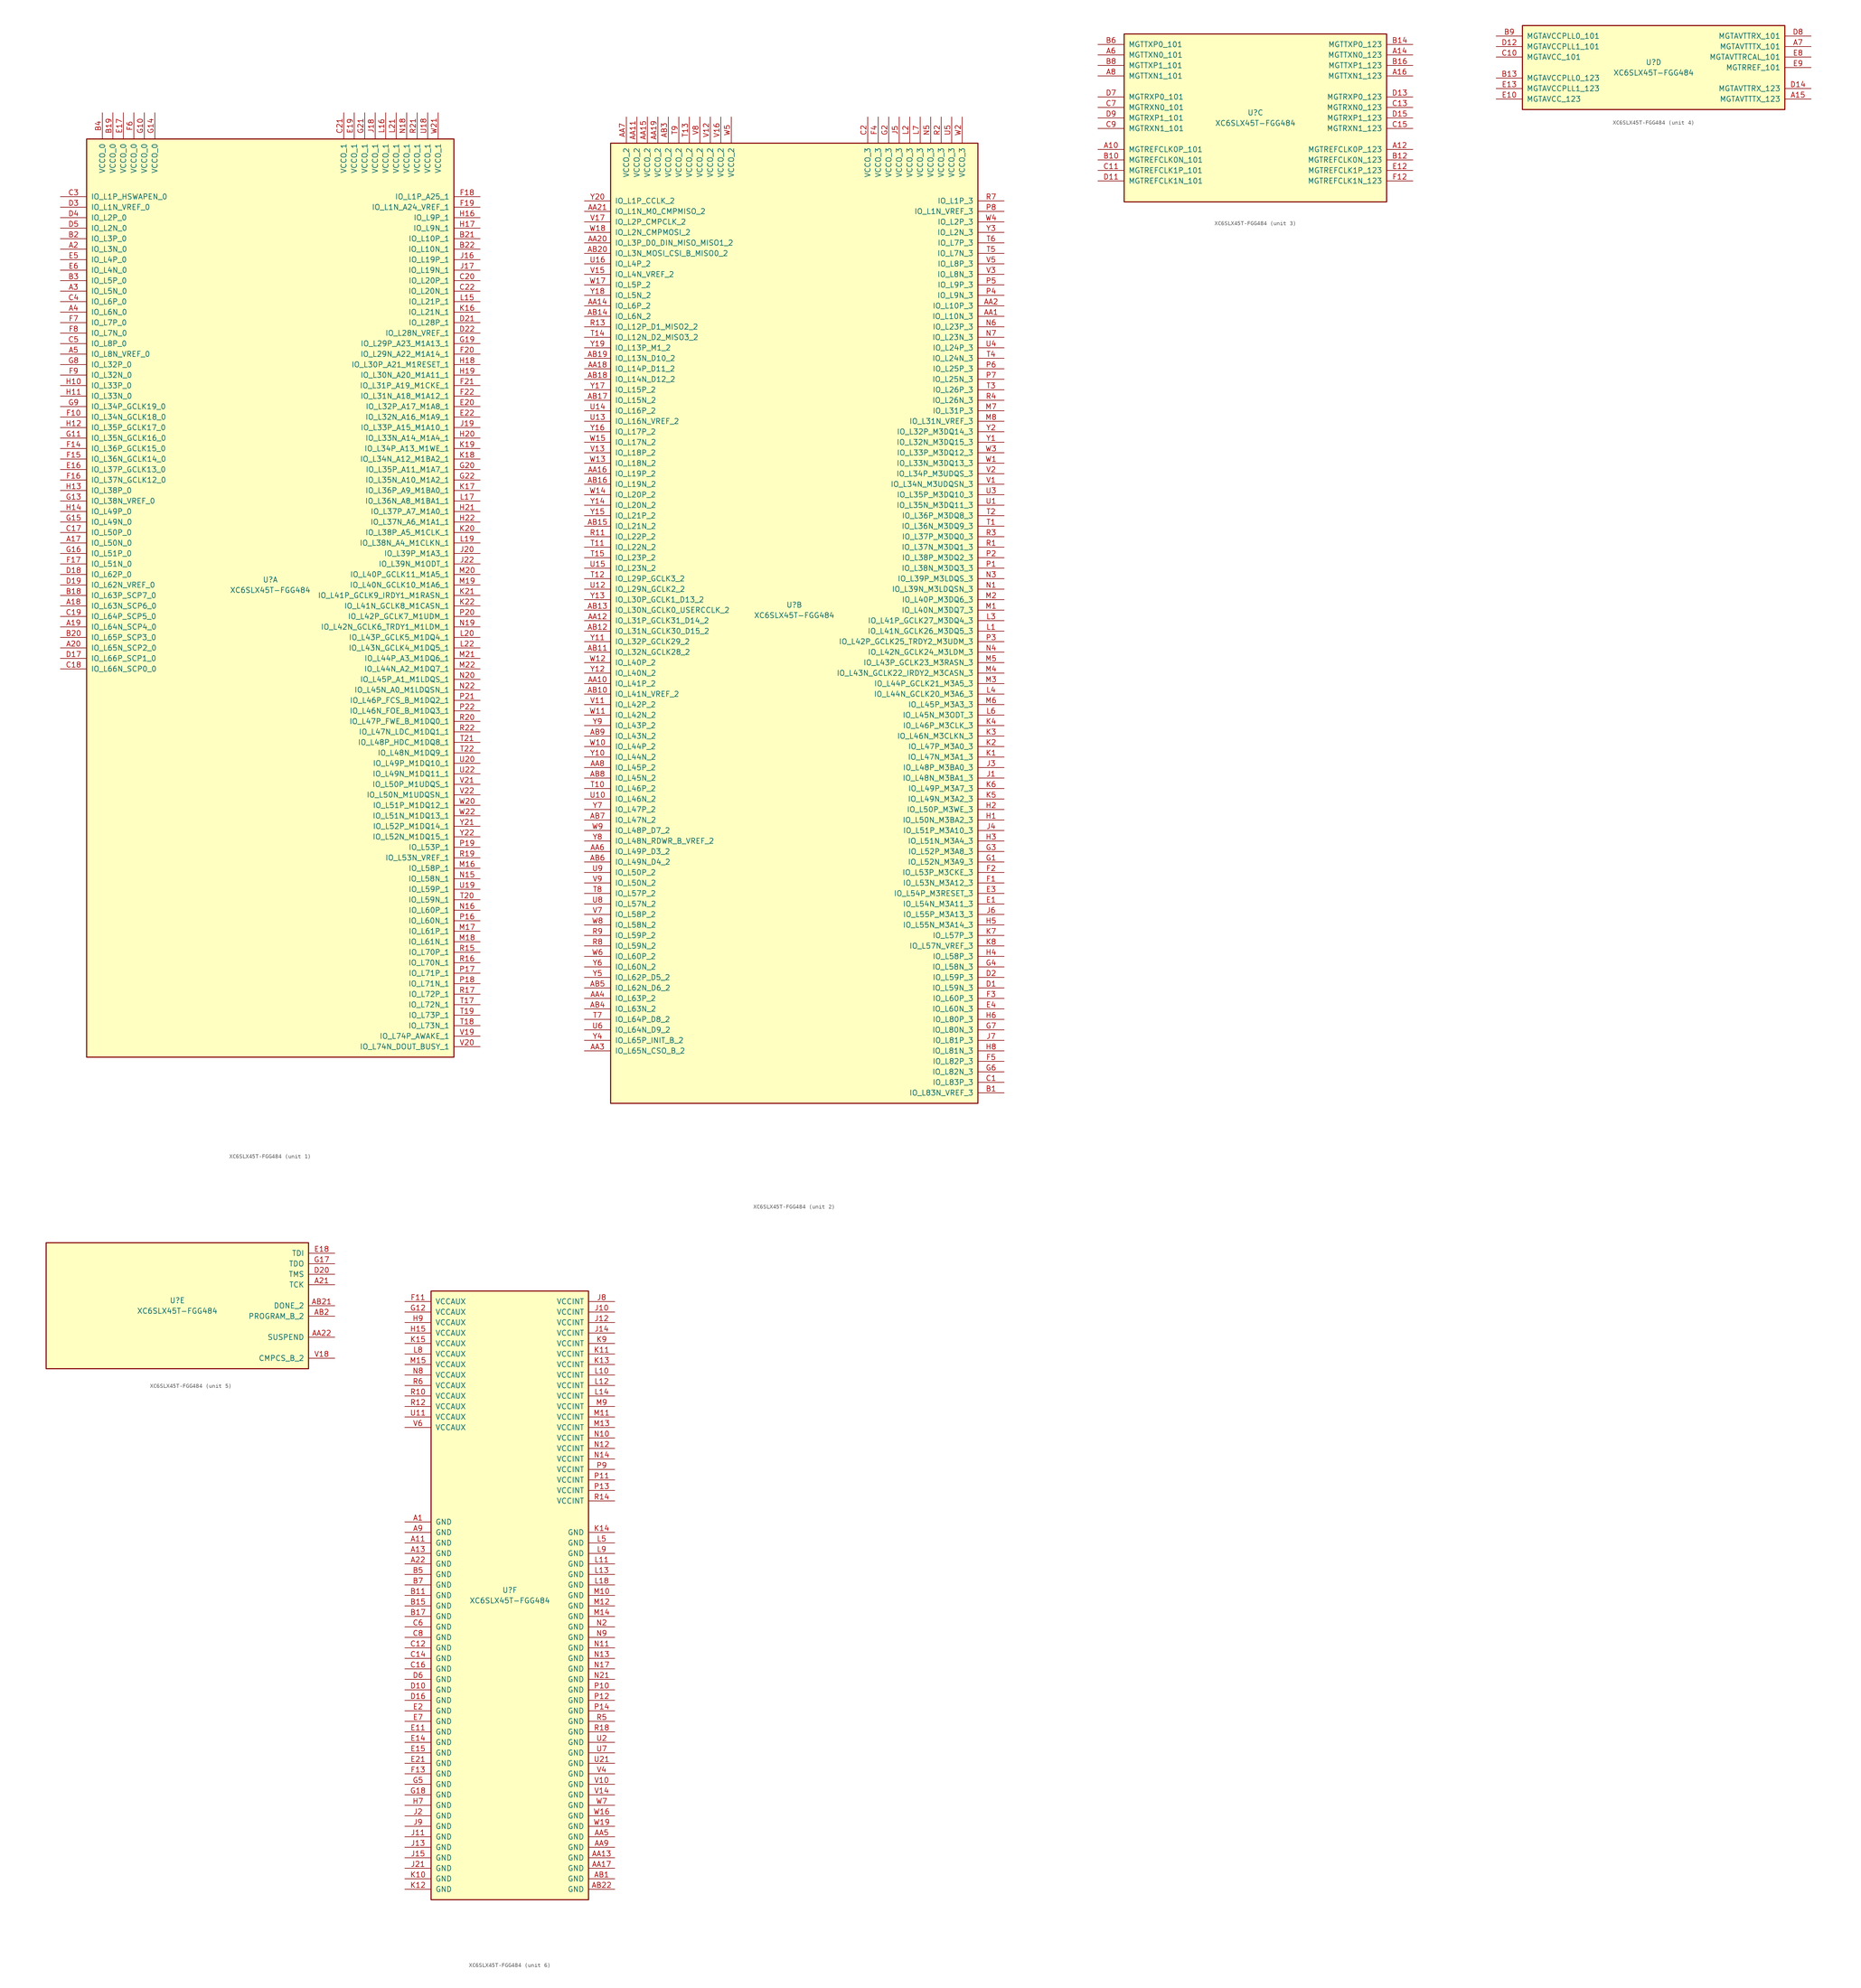
<source format=kicad_sym>
(kicad_symbol_lib
  (version 20211014)
  (generator kicad_symbol_editor)
  (symbol "XC6SLX45T-FGG484"
    (pin_names
      (offset 1.016))
    (property "Reference" "U"
      (at 0 1.27 0)
      (effects (font (size 1.27 1.27))))
    (property "Value" "XC6SLX45T-FGG484"
      (at 0 -1.27 0)
      (effects (font (size 1.27 1.27))))
    (property "Datasheet" ""
      (at 0 0 0)
      (effects (font (size 1.27 1.27))))
    (property "ki_locked" ""
      (at 0 0 0)
      (effects (font (size 1.27 1.27))))
    (symbol "XC6SLX45T-FGG484_1_1"
      (rectangle (start -44.45 107.95) (end 44.45 -114.3) (stroke (width 0.254) (type default) (color 0 0 0 0)) (fill (type background)))
      (pin bidirectional line (at -50.8 10.16 0) (length 6.35) (name "IO_L50N_0" (effects (font (size 1.27 1.27)))) (number "A17" (effects (font (size 1.27 1.27)))))
      (pin bidirectional line (at -50.8 -5.08 0) (length 6.35) (name "IO_L63N_SCP6_0" (effects (font (size 1.27 1.27)))) (number "A18" (effects (font (size 1.27 1.27)))))
      (pin bidirectional line (at -50.8 -10.16 0) (length 6.35) (name "IO_L64N_SCP4_0" (effects (font (size 1.27 1.27)))) (number "A19" (effects (font (size 1.27 1.27)))))
      (pin bidirectional line (at -50.8 81.28 0) (length 6.35) (name "IO_L3N_0" (effects (font (size 1.27 1.27)))) (number "A2" (effects (font (size 1.27 1.27)))))
      (pin bidirectional line (at -50.8 -15.24 0) (length 6.35) (name "IO_L65N_SCP2_0" (effects (font (size 1.27 1.27)))) (number "A20" (effects (font (size 1.27 1.27)))))
      (pin bidirectional line (at -50.8 71.12 0) (length 6.35) (name "IO_L5N_0" (effects (font (size 1.27 1.27)))) (number "A3" (effects (font (size 1.27 1.27)))))
      (pin bidirectional line (at -50.8 66.04 0) (length 6.35) (name "IO_L6N_0" (effects (font (size 1.27 1.27)))) (number "A4" (effects (font (size 1.27 1.27)))))
      (pin bidirectional line (at -50.8 55.88 0) (length 6.35) (name "IO_L8N_VREF_0" (effects (font (size 1.27 1.27)))) (number "A5" (effects (font (size 1.27 1.27)))))
      (pin bidirectional line (at -50.8 -2.54 0) (length 6.35) (name "IO_L63P_SCP7_0" (effects (font (size 1.27 1.27)))) (number "B18" (effects (font (size 1.27 1.27)))))
      (pin power_in line (at -38.1 114.3 270) (length 6.35) (name "VCCO_0" (effects (font (size 1.27 1.27)))) (number "B19" (effects (font (size 1.27 1.27)))))
      (pin bidirectional line (at -50.8 83.82 0) (length 6.35) (name "IO_L3P_0" (effects (font (size 1.27 1.27)))) (number "B2" (effects (font (size 1.27 1.27)))))
      (pin bidirectional line (at -50.8 -12.7 0) (length 6.35) (name "IO_L65P_SCP3_0" (effects (font (size 1.27 1.27)))) (number "B20" (effects (font (size 1.27 1.27)))))
      (pin bidirectional line (at 50.8 83.82 180) (length 6.35) (name "IO_L10P_1" (effects (font (size 1.27 1.27)))) (number "B21" (effects (font (size 1.27 1.27)))))
      (pin bidirectional line (at 50.8 81.28 180) (length 6.35) (name "IO_L10N_1" (effects (font (size 1.27 1.27)))) (number "B22" (effects (font (size 1.27 1.27)))))
      (pin bidirectional line (at -50.8 73.66 0) (length 6.35) (name "IO_L5P_0" (effects (font (size 1.27 1.27)))) (number "B3" (effects (font (size 1.27 1.27)))))
      (pin power_in line (at -40.64 114.3 270) (length 6.35) (name "VCCO_0" (effects (font (size 1.27 1.27)))) (number "B4" (effects (font (size 1.27 1.27)))))
      (pin bidirectional line (at -50.8 12.7 0) (length 6.35) (name "IO_L50P_0" (effects (font (size 1.27 1.27)))) (number "C17" (effects (font (size 1.27 1.27)))))
      (pin bidirectional line (at -50.8 -20.32 0) (length 6.35) (name "IO_L66N_SCP0_0" (effects (font (size 1.27 1.27)))) (number "C18" (effects (font (size 1.27 1.27)))))
      (pin bidirectional line (at -50.8 -7.62 0) (length 6.35) (name "IO_L64P_SCP5_0" (effects (font (size 1.27 1.27)))) (number "C19" (effects (font (size 1.27 1.27)))))
      (pin bidirectional line (at 50.8 73.66 180) (length 6.35) (name "IO_L20P_1" (effects (font (size 1.27 1.27)))) (number "C20" (effects (font (size 1.27 1.27)))))
      (pin power_in line (at 17.78 114.3 270) (length 6.35) (name "VCCO_1" (effects (font (size 1.27 1.27)))) (number "C21" (effects (font (size 1.27 1.27)))))
      (pin bidirectional line (at 50.8 71.12 180) (length 6.35) (name "IO_L20N_1" (effects (font (size 1.27 1.27)))) (number "C22" (effects (font (size 1.27 1.27)))))
      (pin bidirectional line (at -50.8 93.98 0) (length 6.35) (name "IO_L1P_HSWAPEN_0" (effects (font (size 1.27 1.27)))) (number "C3" (effects (font (size 1.27 1.27)))))
      (pin bidirectional line (at -50.8 68.58 0) (length 6.35) (name "IO_L6P_0" (effects (font (size 1.27 1.27)))) (number "C4" (effects (font (size 1.27 1.27)))))
      (pin bidirectional line (at -50.8 58.42 0) (length 6.35) (name "IO_L8P_0" (effects (font (size 1.27 1.27)))) (number "C5" (effects (font (size 1.27 1.27)))))
      (pin bidirectional line (at -50.8 -17.78 0) (length 6.35) (name "IO_L66P_SCP1_0" (effects (font (size 1.27 1.27)))) (number "D17" (effects (font (size 1.27 1.27)))))
      (pin bidirectional line (at -50.8 2.54 0) (length 6.35) (name "IO_L62P_0" (effects (font (size 1.27 1.27)))) (number "D18" (effects (font (size 1.27 1.27)))))
      (pin bidirectional line (at -50.8 0 0) (length 6.35) (name "IO_L62N_VREF_0" (effects (font (size 1.27 1.27)))) (number "D19" (effects (font (size 1.27 1.27)))))
      (pin bidirectional line (at 50.8 63.5 180) (length 6.35) (name "IO_L28P_1" (effects (font (size 1.27 1.27)))) (number "D21" (effects (font (size 1.27 1.27)))))
      (pin bidirectional line (at 50.8 60.96 180) (length 6.35) (name "IO_L28N_VREF_1" (effects (font (size 1.27 1.27)))) (number "D22" (effects (font (size 1.27 1.27)))))
      (pin bidirectional line (at -50.8 91.44 0) (length 6.35) (name "IO_L1N_VREF_0" (effects (font (size 1.27 1.27)))) (number "D3" (effects (font (size 1.27 1.27)))))
      (pin bidirectional line (at -50.8 88.9 0) (length 6.35) (name "IO_L2P_0" (effects (font (size 1.27 1.27)))) (number "D4" (effects (font (size 1.27 1.27)))))
      (pin bidirectional line (at -50.8 86.36 0) (length 6.35) (name "IO_L2N_0" (effects (font (size 1.27 1.27)))) (number "D5" (effects (font (size 1.27 1.27)))))
      (pin bidirectional line (at -50.8 27.94 0) (length 6.35) (name "IO_L37P_GCLK13_0" (effects (font (size 1.27 1.27)))) (number "E16" (effects (font (size 1.27 1.27)))))
      (pin power_in line (at -35.56 114.3 270) (length 6.35) (name "VCCO_0" (effects (font (size 1.27 1.27)))) (number "E17" (effects (font (size 1.27 1.27)))))
      (pin power_in line (at 20.32 114.3 270) (length 6.35) (name "VCCO_1" (effects (font (size 1.27 1.27)))) (number "E19" (effects (font (size 1.27 1.27)))))
      (pin bidirectional line (at 50.8 43.18 180) (length 6.35) (name "IO_L32P_A17_M1A8_1" (effects (font (size 1.27 1.27)))) (number "E20" (effects (font (size 1.27 1.27)))))
      (pin bidirectional line (at 50.8 40.64 180) (length 6.35) (name "IO_L32N_A16_M1A9_1" (effects (font (size 1.27 1.27)))) (number "E22" (effects (font (size 1.27 1.27)))))
      (pin bidirectional line (at -50.8 78.74 0) (length 6.35) (name "IO_L4P_0" (effects (font (size 1.27 1.27)))) (number "E5" (effects (font (size 1.27 1.27)))))
      (pin bidirectional line (at -50.8 76.2 0) (length 6.35) (name "IO_L4N_0" (effects (font (size 1.27 1.27)))) (number "E6" (effects (font (size 1.27 1.27)))))
      (pin bidirectional line (at -50.8 40.64 0) (length 6.35) (name "IO_L34N_GCLK18_0" (effects (font (size 1.27 1.27)))) (number "F10" (effects (font (size 1.27 1.27)))))
      (pin bidirectional line (at -50.8 33.02 0) (length 6.35) (name "IO_L36P_GCLK15_0" (effects (font (size 1.27 1.27)))) (number "F14" (effects (font (size 1.27 1.27)))))
      (pin bidirectional line (at -50.8 30.48 0) (length 6.35) (name "IO_L36N_GCLK14_0" (effects (font (size 1.27 1.27)))) (number "F15" (effects (font (size 1.27 1.27)))))
      (pin bidirectional line (at -50.8 25.4 0) (length 6.35) (name "IO_L37N_GCLK12_0" (effects (font (size 1.27 1.27)))) (number "F16" (effects (font (size 1.27 1.27)))))
      (pin bidirectional line (at -50.8 5.08 0) (length 6.35) (name "IO_L51N_0" (effects (font (size 1.27 1.27)))) (number "F17" (effects (font (size 1.27 1.27)))))
      (pin bidirectional line (at 50.8 93.98 180) (length 6.35) (name "IO_L1P_A25_1" (effects (font (size 1.27 1.27)))) (number "F18" (effects (font (size 1.27 1.27)))))
      (pin bidirectional line (at 50.8 91.44 180) (length 6.35) (name "IO_L1N_A24_VREF_1" (effects (font (size 1.27 1.27)))) (number "F19" (effects (font (size 1.27 1.27)))))
      (pin bidirectional line (at 50.8 55.88 180) (length 6.35) (name "IO_L29N_A22_M1A14_1" (effects (font (size 1.27 1.27)))) (number "F20" (effects (font (size 1.27 1.27)))))
      (pin bidirectional line (at 50.8 48.26 180) (length 6.35) (name "IO_L31P_A19_M1CKE_1" (effects (font (size 1.27 1.27)))) (number "F21" (effects (font (size 1.27 1.27)))))
      (pin bidirectional line (at 50.8 45.72 180) (length 6.35) (name "IO_L31N_A18_M1A12_1" (effects (font (size 1.27 1.27)))) (number "F22" (effects (font (size 1.27 1.27)))))
      (pin power_in line (at -33.02 114.3 270) (length 6.35) (name "VCCO_0" (effects (font (size 1.27 1.27)))) (number "F6" (effects (font (size 1.27 1.27)))))
      (pin bidirectional line (at -50.8 63.5 0) (length 6.35) (name "IO_L7P_0" (effects (font (size 1.27 1.27)))) (number "F7" (effects (font (size 1.27 1.27)))))
      (pin bidirectional line (at -50.8 60.96 0) (length 6.35) (name "IO_L7N_0" (effects (font (size 1.27 1.27)))) (number "F8" (effects (font (size 1.27 1.27)))))
      (pin bidirectional line (at -50.8 50.8 0) (length 6.35) (name "IO_L32N_0" (effects (font (size 1.27 1.27)))) (number "F9" (effects (font (size 1.27 1.27)))))
      (pin power_in line (at -30.48 114.3 270) (length 6.35) (name "VCCO_0" (effects (font (size 1.27 1.27)))) (number "G10" (effects (font (size 1.27 1.27)))))
      (pin bidirectional line (at -50.8 35.56 0) (length 6.35) (name "IO_L35N_GCLK16_0" (effects (font (size 1.27 1.27)))) (number "G11" (effects (font (size 1.27 1.27)))))
      (pin bidirectional line (at -50.8 20.32 0) (length 6.35) (name "IO_L38N_VREF_0" (effects (font (size 1.27 1.27)))) (number "G13" (effects (font (size 1.27 1.27)))))
      (pin power_in line (at -27.94 114.3 270) (length 6.35) (name "VCCO_0" (effects (font (size 1.27 1.27)))) (number "G14" (effects (font (size 1.27 1.27)))))
      (pin bidirectional line (at -50.8 15.24 0) (length 6.35) (name "IO_L49N_0" (effects (font (size 1.27 1.27)))) (number "G15" (effects (font (size 1.27 1.27)))))
      (pin bidirectional line (at -50.8 7.62 0) (length 6.35) (name "IO_L51P_0" (effects (font (size 1.27 1.27)))) (number "G16" (effects (font (size 1.27 1.27)))))
      (pin bidirectional line (at 50.8 58.42 180) (length 6.35) (name "IO_L29P_A23_M1A13_1" (effects (font (size 1.27 1.27)))) (number "G19" (effects (font (size 1.27 1.27)))))
      (pin bidirectional line (at 50.8 27.94 180) (length 6.35) (name "IO_L35P_A11_M1A7_1" (effects (font (size 1.27 1.27)))) (number "G20" (effects (font (size 1.27 1.27)))))
      (pin power_in line (at 22.86 114.3 270) (length 6.35) (name "VCCO_1" (effects (font (size 1.27 1.27)))) (number "G21" (effects (font (size 1.27 1.27)))))
      (pin bidirectional line (at 50.8 25.4 180) (length 6.35) (name "IO_L35N_A10_M1A2_1" (effects (font (size 1.27 1.27)))) (number "G22" (effects (font (size 1.27 1.27)))))
      (pin bidirectional line (at -50.8 53.34 0) (length 6.35) (name "IO_L32P_0" (effects (font (size 1.27 1.27)))) (number "G8" (effects (font (size 1.27 1.27)))))
      (pin bidirectional line (at -50.8 43.18 0) (length 6.35) (name "IO_L34P_GCLK19_0" (effects (font (size 1.27 1.27)))) (number "G9" (effects (font (size 1.27 1.27)))))
      (pin bidirectional line (at -50.8 48.26 0) (length 6.35) (name "IO_L33P_0" (effects (font (size 1.27 1.27)))) (number "H10" (effects (font (size 1.27 1.27)))))
      (pin bidirectional line (at -50.8 45.72 0) (length 6.35) (name "IO_L33N_0" (effects (font (size 1.27 1.27)))) (number "H11" (effects (font (size 1.27 1.27)))))
      (pin bidirectional line (at -50.8 38.1 0) (length 6.35) (name "IO_L35P_GCLK17_0" (effects (font (size 1.27 1.27)))) (number "H12" (effects (font (size 1.27 1.27)))))
      (pin bidirectional line (at -50.8 22.86 0) (length 6.35) (name "IO_L38P_0" (effects (font (size 1.27 1.27)))) (number "H13" (effects (font (size 1.27 1.27)))))
      (pin bidirectional line (at -50.8 17.78 0) (length 6.35) (name "IO_L49P_0" (effects (font (size 1.27 1.27)))) (number "H14" (effects (font (size 1.27 1.27)))))
      (pin bidirectional line (at 50.8 88.9 180) (length 6.35) (name "IO_L9P_1" (effects (font (size 1.27 1.27)))) (number "H16" (effects (font (size 1.27 1.27)))))
      (pin bidirectional line (at 50.8 86.36 180) (length 6.35) (name "IO_L9N_1" (effects (font (size 1.27 1.27)))) (number "H17" (effects (font (size 1.27 1.27)))))
      (pin bidirectional line (at 50.8 53.34 180) (length 6.35) (name "IO_L30P_A21_M1RESET_1" (effects (font (size 1.27 1.27)))) (number "H18" (effects (font (size 1.27 1.27)))))
      (pin bidirectional line (at 50.8 50.8 180) (length 6.35) (name "IO_L30N_A20_M1A11_1" (effects (font (size 1.27 1.27)))) (number "H19" (effects (font (size 1.27 1.27)))))
      (pin bidirectional line (at 50.8 35.56 180) (length 6.35) (name "IO_L33N_A14_M1A4_1" (effects (font (size 1.27 1.27)))) (number "H20" (effects (font (size 1.27 1.27)))))
      (pin bidirectional line (at 50.8 17.78 180) (length 6.35) (name "IO_L37P_A7_M1A0_1" (effects (font (size 1.27 1.27)))) (number "H21" (effects (font (size 1.27 1.27)))))
      (pin bidirectional line (at 50.8 15.24 180) (length 6.35) (name "IO_L37N_A6_M1A1_1" (effects (font (size 1.27 1.27)))) (number "H22" (effects (font (size 1.27 1.27)))))
      (pin bidirectional line (at 50.8 78.74 180) (length 6.35) (name "IO_L19P_1" (effects (font (size 1.27 1.27)))) (number "J16" (effects (font (size 1.27 1.27)))))
      (pin bidirectional line (at 50.8 76.2 180) (length 6.35) (name "IO_L19N_1" (effects (font (size 1.27 1.27)))) (number "J17" (effects (font (size 1.27 1.27)))))
      (pin power_in line (at 25.4 114.3 270) (length 6.35) (name "VCCO_1" (effects (font (size 1.27 1.27)))) (number "J18" (effects (font (size 1.27 1.27)))))
      (pin bidirectional line (at 50.8 38.1 180) (length 6.35) (name "IO_L33P_A15_M1A10_1" (effects (font (size 1.27 1.27)))) (number "J19" (effects (font (size 1.27 1.27)))))
      (pin bidirectional line (at 50.8 7.62 180) (length 6.35) (name "IO_L39P_M1A3_1" (effects (font (size 1.27 1.27)))) (number "J20" (effects (font (size 1.27 1.27)))))
      (pin bidirectional line (at 50.8 5.08 180) (length 6.35) (name "IO_L39N_M1ODT_1" (effects (font (size 1.27 1.27)))) (number "J22" (effects (font (size 1.27 1.27)))))
      (pin bidirectional line (at 50.8 66.04 180) (length 6.35) (name "IO_L21N_1" (effects (font (size 1.27 1.27)))) (number "K16" (effects (font (size 1.27 1.27)))))
      (pin bidirectional line (at 50.8 22.86 180) (length 6.35) (name "IO_L36P_A9_M1BA0_1" (effects (font (size 1.27 1.27)))) (number "K17" (effects (font (size 1.27 1.27)))))
      (pin bidirectional line (at 50.8 30.48 180) (length 6.35) (name "IO_L34N_A12_M1BA2_1" (effects (font (size 1.27 1.27)))) (number "K18" (effects (font (size 1.27 1.27)))))
      (pin bidirectional line (at 50.8 33.02 180) (length 6.35) (name "IO_L34P_A13_M1WE_1" (effects (font (size 1.27 1.27)))) (number "K19" (effects (font (size 1.27 1.27)))))
      (pin bidirectional line (at 50.8 12.7 180) (length 6.35) (name "IO_L38P_A5_M1CLK_1" (effects (font (size 1.27 1.27)))) (number "K20" (effects (font (size 1.27 1.27)))))
      (pin bidirectional line (at 50.8 -2.54 180) (length 6.35) (name "IO_L41P_GCLK9_IRDY1_M1RASN_1" (effects (font (size 1.27 1.27)))) (number "K21" (effects (font (size 1.27 1.27)))))
      (pin bidirectional line (at 50.8 -5.08 180) (length 6.35) (name "IO_L41N_GCLK8_M1CASN_1" (effects (font (size 1.27 1.27)))) (number "K22" (effects (font (size 1.27 1.27)))))
      (pin bidirectional line (at 50.8 68.58 180) (length 6.35) (name "IO_L21P_1" (effects (font (size 1.27 1.27)))) (number "L15" (effects (font (size 1.27 1.27)))))
      (pin power_in line (at 27.94 114.3 270) (length 6.35) (name "VCCO_1" (effects (font (size 1.27 1.27)))) (number "L16" (effects (font (size 1.27 1.27)))))
      (pin bidirectional line (at 50.8 20.32 180) (length 6.35) (name "IO_L36N_A8_M1BA1_1" (effects (font (size 1.27 1.27)))) (number "L17" (effects (font (size 1.27 1.27)))))
      (pin bidirectional line (at 50.8 10.16 180) (length 6.35) (name "IO_L38N_A4_M1CLKN_1" (effects (font (size 1.27 1.27)))) (number "L19" (effects (font (size 1.27 1.27)))))
      (pin bidirectional line (at 50.8 -12.7 180) (length 6.35) (name "IO_L43P_GCLK5_M1DQ4_1" (effects (font (size 1.27 1.27)))) (number "L20" (effects (font (size 1.27 1.27)))))
      (pin power_in line (at 30.48 114.3 270) (length 6.35) (name "VCCO_1" (effects (font (size 1.27 1.27)))) (number "L21" (effects (font (size 1.27 1.27)))))
      (pin bidirectional line (at 50.8 -15.24 180) (length 6.35) (name "IO_L43N_GCLK4_M1DQ5_1" (effects (font (size 1.27 1.27)))) (number "L22" (effects (font (size 1.27 1.27)))))
      (pin bidirectional line (at 50.8 -68.58 180) (length 6.35) (name "IO_L58P_1" (effects (font (size 1.27 1.27)))) (number "M16" (effects (font (size 1.27 1.27)))))
      (pin bidirectional line (at 50.8 -83.82 180) (length 6.35) (name "IO_L61P_1" (effects (font (size 1.27 1.27)))) (number "M17" (effects (font (size 1.27 1.27)))))
      (pin bidirectional line (at 50.8 -86.36 180) (length 6.35) (name "IO_L61N_1" (effects (font (size 1.27 1.27)))) (number "M18" (effects (font (size 1.27 1.27)))))
      (pin bidirectional line (at 50.8 0 180) (length 6.35) (name "IO_L40N_GCLK10_M1A6_1" (effects (font (size 1.27 1.27)))) (number "M19" (effects (font (size 1.27 1.27)))))
      (pin bidirectional line (at 50.8 2.54 180) (length 6.35) (name "IO_L40P_GCLK11_M1A5_1" (effects (font (size 1.27 1.27)))) (number "M20" (effects (font (size 1.27 1.27)))))
      (pin bidirectional line (at 50.8 -17.78 180) (length 6.35) (name "IO_L44P_A3_M1DQ6_1" (effects (font (size 1.27 1.27)))) (number "M21" (effects (font (size 1.27 1.27)))))
      (pin bidirectional line (at 50.8 -20.32 180) (length 6.35) (name "IO_L44N_A2_M1DQ7_1" (effects (font (size 1.27 1.27)))) (number "M22" (effects (font (size 1.27 1.27)))))
      (pin bidirectional line (at 50.8 -71.12 180) (length 6.35) (name "IO_L58N_1" (effects (font (size 1.27 1.27)))) (number "N15" (effects (font (size 1.27 1.27)))))
      (pin bidirectional line (at 50.8 -78.74 180) (length 6.35) (name "IO_L60P_1" (effects (font (size 1.27 1.27)))) (number "N16" (effects (font (size 1.27 1.27)))))
      (pin power_in line (at 33.02 114.3 270) (length 6.35) (name "VCCO_1" (effects (font (size 1.27 1.27)))) (number "N18" (effects (font (size 1.27 1.27)))))
      (pin bidirectional line (at 50.8 -10.16 180) (length 6.35) (name "IO_L42N_GCLK6_TRDY1_M1LDM_1" (effects (font (size 1.27 1.27)))) (number "N19" (effects (font (size 1.27 1.27)))))
      (pin bidirectional line (at 50.8 -22.86 180) (length 6.35) (name "IO_L45P_A1_M1LDQS_1" (effects (font (size 1.27 1.27)))) (number "N20" (effects (font (size 1.27 1.27)))))
      (pin bidirectional line (at 50.8 -25.4 180) (length 6.35) (name "IO_L45N_A0_M1LDQSN_1" (effects (font (size 1.27 1.27)))) (number "N22" (effects (font (size 1.27 1.27)))))
      (pin bidirectional line (at 50.8 -81.28 180) (length 6.35) (name "IO_L60N_1" (effects (font (size 1.27 1.27)))) (number "P16" (effects (font (size 1.27 1.27)))))
      (pin bidirectional line (at 50.8 -93.98 180) (length 6.35) (name "IO_L71P_1" (effects (font (size 1.27 1.27)))) (number "P17" (effects (font (size 1.27 1.27)))))
      (pin bidirectional line (at 50.8 -96.52 180) (length 6.35) (name "IO_L71N_1" (effects (font (size 1.27 1.27)))) (number "P18" (effects (font (size 1.27 1.27)))))
      (pin bidirectional line (at 50.8 -63.5 180) (length 6.35) (name "IO_L53P_1" (effects (font (size 1.27 1.27)))) (number "P19" (effects (font (size 1.27 1.27)))))
      (pin bidirectional line (at 50.8 -7.62 180) (length 6.35) (name "IO_L42P_GCLK7_M1UDM_1" (effects (font (size 1.27 1.27)))) (number "P20" (effects (font (size 1.27 1.27)))))
      (pin bidirectional line (at 50.8 -27.94 180) (length 6.35) (name "IO_L46P_FCS_B_M1DQ2_1" (effects (font (size 1.27 1.27)))) (number "P21" (effects (font (size 1.27 1.27)))))
      (pin bidirectional line (at 50.8 -30.48 180) (length 6.35) (name "IO_L46N_FOE_B_M1DQ3_1" (effects (font (size 1.27 1.27)))) (number "P22" (effects (font (size 1.27 1.27)))))
      (pin bidirectional line (at 50.8 -88.9 180) (length 6.35) (name "IO_L70P_1" (effects (font (size 1.27 1.27)))) (number "R15" (effects (font (size 1.27 1.27)))))
      (pin bidirectional line (at 50.8 -91.44 180) (length 6.35) (name "IO_L70N_1" (effects (font (size 1.27 1.27)))) (number "R16" (effects (font (size 1.27 1.27)))))
      (pin bidirectional line (at 50.8 -99.06 180) (length 6.35) (name "IO_L72P_1" (effects (font (size 1.27 1.27)))) (number "R17" (effects (font (size 1.27 1.27)))))
      (pin bidirectional line (at 50.8 -66.04 180) (length 6.35) (name "IO_L53N_VREF_1" (effects (font (size 1.27 1.27)))) (number "R19" (effects (font (size 1.27 1.27)))))
      (pin bidirectional line (at 50.8 -33.02 180) (length 6.35) (name "IO_L47P_FWE_B_M1DQ0_1" (effects (font (size 1.27 1.27)))) (number "R20" (effects (font (size 1.27 1.27)))))
      (pin power_in line (at 35.56 114.3 270) (length 6.35) (name "VCCO_1" (effects (font (size 1.27 1.27)))) (number "R21" (effects (font (size 1.27 1.27)))))
      (pin bidirectional line (at 50.8 -35.56 180) (length 6.35) (name "IO_L47N_LDC_M1DQ1_1" (effects (font (size 1.27 1.27)))) (number "R22" (effects (font (size 1.27 1.27)))))
      (pin bidirectional line (at 50.8 -101.6 180) (length 6.35) (name "IO_L72N_1" (effects (font (size 1.27 1.27)))) (number "T17" (effects (font (size 1.27 1.27)))))
      (pin bidirectional line (at 50.8 -106.68 180) (length 6.35) (name "IO_L73N_1" (effects (font (size 1.27 1.27)))) (number "T18" (effects (font (size 1.27 1.27)))))
      (pin bidirectional line (at 50.8 -104.14 180) (length 6.35) (name "IO_L73P_1" (effects (font (size 1.27 1.27)))) (number "T19" (effects (font (size 1.27 1.27)))))
      (pin bidirectional line (at 50.8 -76.2 180) (length 6.35) (name "IO_L59N_1" (effects (font (size 1.27 1.27)))) (number "T20" (effects (font (size 1.27 1.27)))))
      (pin bidirectional line (at 50.8 -38.1 180) (length 6.35) (name "IO_L48P_HDC_M1DQ8_1" (effects (font (size 1.27 1.27)))) (number "T21" (effects (font (size 1.27 1.27)))))
      (pin bidirectional line (at 50.8 -40.64 180) (length 6.35) (name "IO_L48N_M1DQ9_1" (effects (font (size 1.27 1.27)))) (number "T22" (effects (font (size 1.27 1.27)))))
      (pin power_in line (at 38.1 114.3 270) (length 6.35) (name "VCCO_1" (effects (font (size 1.27 1.27)))) (number "U18" (effects (font (size 1.27 1.27)))))
      (pin bidirectional line (at 50.8 -73.66 180) (length 6.35) (name "IO_L59P_1" (effects (font (size 1.27 1.27)))) (number "U19" (effects (font (size 1.27 1.27)))))
      (pin bidirectional line (at 50.8 -43.18 180) (length 6.35) (name "IO_L49P_M1DQ10_1" (effects (font (size 1.27 1.27)))) (number "U20" (effects (font (size 1.27 1.27)))))
      (pin bidirectional line (at 50.8 -45.72 180) (length 6.35) (name "IO_L49N_M1DQ11_1" (effects (font (size 1.27 1.27)))) (number "U22" (effects (font (size 1.27 1.27)))))
      (pin bidirectional line (at 50.8 -109.22 180) (length 6.35) (name "IO_L74P_AWAKE_1" (effects (font (size 1.27 1.27)))) (number "V19" (effects (font (size 1.27 1.27)))))
      (pin bidirectional line (at 50.8 -111.76 180) (length 6.35) (name "IO_L74N_DOUT_BUSY_1" (effects (font (size 1.27 1.27)))) (number "V20" (effects (font (size 1.27 1.27)))))
      (pin bidirectional line (at 50.8 -48.26 180) (length 6.35) (name "IO_L50P_M1UDQS_1" (effects (font (size 1.27 1.27)))) (number "V21" (effects (font (size 1.27 1.27)))))
      (pin bidirectional line (at 50.8 -50.8 180) (length 6.35) (name "IO_L50N_M1UDQSN_1" (effects (font (size 1.27 1.27)))) (number "V22" (effects (font (size 1.27 1.27)))))
      (pin bidirectional line (at 50.8 -53.34 180) (length 6.35) (name "IO_L51P_M1DQ12_1" (effects (font (size 1.27 1.27)))) (number "W20" (effects (font (size 1.27 1.27)))))
      (pin power_in line (at 40.64 114.3 270) (length 6.35) (name "VCCO_1" (effects (font (size 1.27 1.27)))) (number "W21" (effects (font (size 1.27 1.27)))))
      (pin bidirectional line (at 50.8 -55.88 180) (length 6.35) (name "IO_L51N_M1DQ13_1" (effects (font (size 1.27 1.27)))) (number "W22" (effects (font (size 1.27 1.27)))))
      (pin bidirectional line (at 50.8 -58.42 180) (length 6.35) (name "IO_L52P_M1DQ14_1" (effects (font (size 1.27 1.27)))) (number "Y21" (effects (font (size 1.27 1.27)))))
      (pin bidirectional line (at 50.8 -60.96 180) (length 6.35) (name "IO_L52N_M1DQ15_1" (effects (font (size 1.27 1.27)))) (number "Y22" (effects (font (size 1.27 1.27))))))
    (symbol "XC6SLX45T-FGG484_2_1"
      (rectangle (start -44.45 113.03) (end 44.45 -119.38) (stroke (width 0.254) (type default) (color 0 0 0 0)) (fill (type background)))
      (pin bidirectional line (at 50.8 71.12 180) (length 6.35) (name "IO_L10N_3" (effects (font (size 1.27 1.27)))) (number "AA1" (effects (font (size 1.27 1.27)))))
      (pin bidirectional line (at -50.8 -17.78 0) (length 6.35) (name "IO_L41P_2" (effects (font (size 1.27 1.27)))) (number "AA10" (effects (font (size 1.27 1.27)))))
      (pin power_in line (at -38.1 119.38 270) (length 6.35) (name "VCCO_2" (effects (font (size 1.27 1.27)))) (number "AA11" (effects (font (size 1.27 1.27)))))
      (pin bidirectional line (at -50.8 -2.54 0) (length 6.35) (name "IO_L31P_GCLK31_D14_2" (effects (font (size 1.27 1.27)))) (number "AA12" (effects (font (size 1.27 1.27)))))
      (pin bidirectional line (at -50.8 73.66 0) (length 6.35) (name "IO_L6P_2" (effects (font (size 1.27 1.27)))) (number "AA14" (effects (font (size 1.27 1.27)))))
      (pin power_in line (at -35.56 119.38 270) (length 6.35) (name "VCCO_2" (effects (font (size 1.27 1.27)))) (number "AA15" (effects (font (size 1.27 1.27)))))
      (pin bidirectional line (at -50.8 33.02 0) (length 6.35) (name "IO_L19P_2" (effects (font (size 1.27 1.27)))) (number "AA16" (effects (font (size 1.27 1.27)))))
      (pin bidirectional line (at -50.8 58.42 0) (length 6.35) (name "IO_L14P_D11_2" (effects (font (size 1.27 1.27)))) (number "AA18" (effects (font (size 1.27 1.27)))))
      (pin power_in line (at -33.02 119.38 270) (length 6.35) (name "VCCO_2" (effects (font (size 1.27 1.27)))) (number "AA19" (effects (font (size 1.27 1.27)))))
      (pin bidirectional line (at 50.8 73.66 180) (length 6.35) (name "IO_L10P_3" (effects (font (size 1.27 1.27)))) (number "AA2" (effects (font (size 1.27 1.27)))))
      (pin bidirectional line (at -50.8 88.9 0) (length 6.35) (name "IO_L3P_D0_DIN_MISO_MISO1_2" (effects (font (size 1.27 1.27)))) (number "AA20" (effects (font (size 1.27 1.27)))))
      (pin bidirectional line (at -50.8 96.52 0) (length 6.35) (name "IO_L1N_M0_CMPMISO_2" (effects (font (size 1.27 1.27)))) (number "AA21" (effects (font (size 1.27 1.27)))))
      (pin bidirectional line (at -50.8 -106.68 0) (length 6.35) (name "IO_L65N_CSO_B_2" (effects (font (size 1.27 1.27)))) (number "AA3" (effects (font (size 1.27 1.27)))))
      (pin bidirectional line (at -50.8 -93.98 0) (length 6.35) (name "IO_L63P_2" (effects (font (size 1.27 1.27)))) (number "AA4" (effects (font (size 1.27 1.27)))))
      (pin bidirectional line (at -50.8 -58.42 0) (length 6.35) (name "IO_L49P_D3_2" (effects (font (size 1.27 1.27)))) (number "AA6" (effects (font (size 1.27 1.27)))))
      (pin power_in line (at -40.64 119.38 270) (length 6.35) (name "VCCO_2" (effects (font (size 1.27 1.27)))) (number "AA7" (effects (font (size 1.27 1.27)))))
      (pin bidirectional line (at -50.8 -38.1 0) (length 6.35) (name "IO_L45P_2" (effects (font (size 1.27 1.27)))) (number "AA8" (effects (font (size 1.27 1.27)))))
      (pin bidirectional line (at -50.8 -20.32 0) (length 6.35) (name "IO_L41N_VREF_2" (effects (font (size 1.27 1.27)))) (number "AB10" (effects (font (size 1.27 1.27)))))
      (pin bidirectional line (at -50.8 -10.16 0) (length 6.35) (name "IO_L32N_GCLK28_2" (effects (font (size 1.27 1.27)))) (number "AB11" (effects (font (size 1.27 1.27)))))
      (pin bidirectional line (at -50.8 -5.08 0) (length 6.35) (name "IO_L31N_GCLK30_D15_2" (effects (font (size 1.27 1.27)))) (number "AB12" (effects (font (size 1.27 1.27)))))
      (pin bidirectional line (at -50.8 0 0) (length 6.35) (name "IO_L30N_GCLK0_USERCCLK_2" (effects (font (size 1.27 1.27)))) (number "AB13" (effects (font (size 1.27 1.27)))))
      (pin bidirectional line (at -50.8 71.12 0) (length 6.35) (name "IO_L6N_2" (effects (font (size 1.27 1.27)))) (number "AB14" (effects (font (size 1.27 1.27)))))
      (pin bidirectional line (at -50.8 20.32 0) (length 6.35) (name "IO_L21N_2" (effects (font (size 1.27 1.27)))) (number "AB15" (effects (font (size 1.27 1.27)))))
      (pin bidirectional line (at -50.8 30.48 0) (length 6.35) (name "IO_L19N_2" (effects (font (size 1.27 1.27)))) (number "AB16" (effects (font (size 1.27 1.27)))))
      (pin bidirectional line (at -50.8 50.8 0) (length 6.35) (name "IO_L15N_2" (effects (font (size 1.27 1.27)))) (number "AB17" (effects (font (size 1.27 1.27)))))
      (pin bidirectional line (at -50.8 55.88 0) (length 6.35) (name "IO_L14N_D12_2" (effects (font (size 1.27 1.27)))) (number "AB18" (effects (font (size 1.27 1.27)))))
      (pin bidirectional line (at -50.8 60.96 0) (length 6.35) (name "IO_L13N_D10_2" (effects (font (size 1.27 1.27)))) (number "AB19" (effects (font (size 1.27 1.27)))))
      (pin bidirectional line (at -50.8 86.36 0) (length 6.35) (name "IO_L3N_MOSI_CSI_B_MISO0_2" (effects (font (size 1.27 1.27)))) (number "AB20" (effects (font (size 1.27 1.27)))))
      (pin power_in line (at -30.48 119.38 270) (length 6.35) (name "VCCO_2" (effects (font (size 1.27 1.27)))) (number "AB3" (effects (font (size 1.27 1.27)))))
      (pin bidirectional line (at -50.8 -96.52 0) (length 6.35) (name "IO_L63N_2" (effects (font (size 1.27 1.27)))) (number "AB4" (effects (font (size 1.27 1.27)))))
      (pin bidirectional line (at -50.8 -91.44 0) (length 6.35) (name "IO_L62N_D6_2" (effects (font (size 1.27 1.27)))) (number "AB5" (effects (font (size 1.27 1.27)))))
      (pin bidirectional line (at -50.8 -60.96 0) (length 6.35) (name "IO_L49N_D4_2" (effects (font (size 1.27 1.27)))) (number "AB6" (effects (font (size 1.27 1.27)))))
      (pin bidirectional line (at -50.8 -50.8 0) (length 6.35) (name "IO_L47N_2" (effects (font (size 1.27 1.27)))) (number "AB7" (effects (font (size 1.27 1.27)))))
      (pin bidirectional line (at -50.8 -40.64 0) (length 6.35) (name "IO_L45N_2" (effects (font (size 1.27 1.27)))) (number "AB8" (effects (font (size 1.27 1.27)))))
      (pin bidirectional line (at -50.8 -30.48 0) (length 6.35) (name "IO_L43N_2" (effects (font (size 1.27 1.27)))) (number "AB9" (effects (font (size 1.27 1.27)))))
      (pin bidirectional line (at 50.8 -116.84 180) (length 6.35) (name "IO_L83N_VREF_3" (effects (font (size 1.27 1.27)))) (number "B1" (effects (font (size 1.27 1.27)))))
      (pin bidirectional line (at 50.8 -114.3 180) (length 6.35) (name "IO_L83P_3" (effects (font (size 1.27 1.27)))) (number "C1" (effects (font (size 1.27 1.27)))))
      (pin power_in line (at 17.78 119.38 270) (length 6.35) (name "VCCO_3" (effects (font (size 1.27 1.27)))) (number "C2" (effects (font (size 1.27 1.27)))))
      (pin bidirectional line (at 50.8 -91.44 180) (length 6.35) (name "IO_L59N_3" (effects (font (size 1.27 1.27)))) (number "D1" (effects (font (size 1.27 1.27)))))
      (pin bidirectional line (at 50.8 -88.9 180) (length 6.35) (name "IO_L59P_3" (effects (font (size 1.27 1.27)))) (number "D2" (effects (font (size 1.27 1.27)))))
      (pin bidirectional line (at 50.8 -71.12 180) (length 6.35) (name "IO_L54N_M3A11_3" (effects (font (size 1.27 1.27)))) (number "E1" (effects (font (size 1.27 1.27)))))
      (pin bidirectional line (at 50.8 -68.58 180) (length 6.35) (name "IO_L54P_M3RESET_3" (effects (font (size 1.27 1.27)))) (number "E3" (effects (font (size 1.27 1.27)))))
      (pin bidirectional line (at 50.8 -96.52 180) (length 6.35) (name "IO_L60N_3" (effects (font (size 1.27 1.27)))) (number "E4" (effects (font (size 1.27 1.27)))))
      (pin bidirectional line (at 50.8 -66.04 180) (length 6.35) (name "IO_L53N_M3A12_3" (effects (font (size 1.27 1.27)))) (number "F1" (effects (font (size 1.27 1.27)))))
      (pin bidirectional line (at 50.8 -63.5 180) (length 6.35) (name "IO_L53P_M3CKE_3" (effects (font (size 1.27 1.27)))) (number "F2" (effects (font (size 1.27 1.27)))))
      (pin bidirectional line (at 50.8 -93.98 180) (length 6.35) (name "IO_L60P_3" (effects (font (size 1.27 1.27)))) (number "F3" (effects (font (size 1.27 1.27)))))
      (pin power_in line (at 20.32 119.38 270) (length 6.35) (name "VCCO_3" (effects (font (size 1.27 1.27)))) (number "F4" (effects (font (size 1.27 1.27)))))
      (pin bidirectional line (at 50.8 -109.22 180) (length 6.35) (name "IO_L82P_3" (effects (font (size 1.27 1.27)))) (number "F5" (effects (font (size 1.27 1.27)))))
      (pin bidirectional line (at 50.8 -60.96 180) (length 6.35) (name "IO_L52N_M3A9_3" (effects (font (size 1.27 1.27)))) (number "G1" (effects (font (size 1.27 1.27)))))
      (pin power_in line (at 22.86 119.38 270) (length 6.35) (name "VCCO_3" (effects (font (size 1.27 1.27)))) (number "G2" (effects (font (size 1.27 1.27)))))
      (pin bidirectional line (at 50.8 -58.42 180) (length 6.35) (name "IO_L52P_M3A8_3" (effects (font (size 1.27 1.27)))) (number "G3" (effects (font (size 1.27 1.27)))))
      (pin bidirectional line (at 50.8 -86.36 180) (length 6.35) (name "IO_L58N_3" (effects (font (size 1.27 1.27)))) (number "G4" (effects (font (size 1.27 1.27)))))
      (pin bidirectional line (at 50.8 -111.76 180) (length 6.35) (name "IO_L82N_3" (effects (font (size 1.27 1.27)))) (number "G6" (effects (font (size 1.27 1.27)))))
      (pin bidirectional line (at 50.8 -101.6 180) (length 6.35) (name "IO_L80N_3" (effects (font (size 1.27 1.27)))) (number "G7" (effects (font (size 1.27 1.27)))))
      (pin bidirectional line (at 50.8 -50.8 180) (length 6.35) (name "IO_L50N_M3BA2_3" (effects (font (size 1.27 1.27)))) (number "H1" (effects (font (size 1.27 1.27)))))
      (pin bidirectional line (at 50.8 -48.26 180) (length 6.35) (name "IO_L50P_M3WE_3" (effects (font (size 1.27 1.27)))) (number "H2" (effects (font (size 1.27 1.27)))))
      (pin bidirectional line (at 50.8 -55.88 180) (length 6.35) (name "IO_L51N_M3A4_3" (effects (font (size 1.27 1.27)))) (number "H3" (effects (font (size 1.27 1.27)))))
      (pin bidirectional line (at 50.8 -83.82 180) (length 6.35) (name "IO_L58P_3" (effects (font (size 1.27 1.27)))) (number "H4" (effects (font (size 1.27 1.27)))))
      (pin bidirectional line (at 50.8 -76.2 180) (length 6.35) (name "IO_L55N_M3A14_3" (effects (font (size 1.27 1.27)))) (number "H5" (effects (font (size 1.27 1.27)))))
      (pin bidirectional line (at 50.8 -99.06 180) (length 6.35) (name "IO_L80P_3" (effects (font (size 1.27 1.27)))) (number "H6" (effects (font (size 1.27 1.27)))))
      (pin bidirectional line (at 50.8 -106.68 180) (length 6.35) (name "IO_L81N_3" (effects (font (size 1.27 1.27)))) (number "H8" (effects (font (size 1.27 1.27)))))
      (pin bidirectional line (at 50.8 -40.64 180) (length 6.35) (name "IO_L48N_M3BA1_3" (effects (font (size 1.27 1.27)))) (number "J1" (effects (font (size 1.27 1.27)))))
      (pin bidirectional line (at 50.8 -38.1 180) (length 6.35) (name "IO_L48P_M3BA0_3" (effects (font (size 1.27 1.27)))) (number "J3" (effects (font (size 1.27 1.27)))))
      (pin bidirectional line (at 50.8 -53.34 180) (length 6.35) (name "IO_L51P_M3A10_3" (effects (font (size 1.27 1.27)))) (number "J4" (effects (font (size 1.27 1.27)))))
      (pin power_in line (at 25.4 119.38 270) (length 6.35) (name "VCCO_3" (effects (font (size 1.27 1.27)))) (number "J5" (effects (font (size 1.27 1.27)))))
      (pin bidirectional line (at 50.8 -73.66 180) (length 6.35) (name "IO_L55P_M3A13_3" (effects (font (size 1.27 1.27)))) (number "J6" (effects (font (size 1.27 1.27)))))
      (pin bidirectional line (at 50.8 -104.14 180) (length 6.35) (name "IO_L81P_3" (effects (font (size 1.27 1.27)))) (number "J7" (effects (font (size 1.27 1.27)))))
      (pin bidirectional line (at 50.8 -35.56 180) (length 6.35) (name "IO_L47N_M3A1_3" (effects (font (size 1.27 1.27)))) (number "K1" (effects (font (size 1.27 1.27)))))
      (pin bidirectional line (at 50.8 -33.02 180) (length 6.35) (name "IO_L47P_M3A0_3" (effects (font (size 1.27 1.27)))) (number "K2" (effects (font (size 1.27 1.27)))))
      (pin bidirectional line (at 50.8 -30.48 180) (length 6.35) (name "IO_L46N_M3CLKN_3" (effects (font (size 1.27 1.27)))) (number "K3" (effects (font (size 1.27 1.27)))))
      (pin bidirectional line (at 50.8 -27.94 180) (length 6.35) (name "IO_L46P_M3CLK_3" (effects (font (size 1.27 1.27)))) (number "K4" (effects (font (size 1.27 1.27)))))
      (pin bidirectional line (at 50.8 -45.72 180) (length 6.35) (name "IO_L49N_M3A2_3" (effects (font (size 1.27 1.27)))) (number "K5" (effects (font (size 1.27 1.27)))))
      (pin bidirectional line (at 50.8 -43.18 180) (length 6.35) (name "IO_L49P_M3A7_3" (effects (font (size 1.27 1.27)))) (number "K6" (effects (font (size 1.27 1.27)))))
      (pin bidirectional line (at 50.8 -78.74 180) (length 6.35) (name "IO_L57P_3" (effects (font (size 1.27 1.27)))) (number "K7" (effects (font (size 1.27 1.27)))))
      (pin bidirectional line (at 50.8 -81.28 180) (length 6.35) (name "IO_L57N_VREF_3" (effects (font (size 1.27 1.27)))) (number "K8" (effects (font (size 1.27 1.27)))))
      (pin bidirectional line (at 50.8 -5.08 180) (length 6.35) (name "IO_L41N_GCLK26_M3DQ5_3" (effects (font (size 1.27 1.27)))) (number "L1" (effects (font (size 1.27 1.27)))))
      (pin power_in line (at 27.94 119.38 270) (length 6.35) (name "VCCO_3" (effects (font (size 1.27 1.27)))) (number "L2" (effects (font (size 1.27 1.27)))))
      (pin bidirectional line (at 50.8 -2.54 180) (length 6.35) (name "IO_L41P_GCLK27_M3DQ4_3" (effects (font (size 1.27 1.27)))) (number "L3" (effects (font (size 1.27 1.27)))))
      (pin bidirectional line (at 50.8 -20.32 180) (length 6.35) (name "IO_L44N_GCLK20_M3A6_3" (effects (font (size 1.27 1.27)))) (number "L4" (effects (font (size 1.27 1.27)))))
      (pin bidirectional line (at 50.8 -25.4 180) (length 6.35) (name "IO_L45N_M3ODT_3" (effects (font (size 1.27 1.27)))) (number "L6" (effects (font (size 1.27 1.27)))))
      (pin power_in line (at 30.48 119.38 270) (length 6.35) (name "VCCO_3" (effects (font (size 1.27 1.27)))) (number "L7" (effects (font (size 1.27 1.27)))))
      (pin bidirectional line (at 50.8 0 180) (length 6.35) (name "IO_L40N_M3DQ7_3" (effects (font (size 1.27 1.27)))) (number "M1" (effects (font (size 1.27 1.27)))))
      (pin bidirectional line (at 50.8 2.54 180) (length 6.35) (name "IO_L40P_M3DQ6_3" (effects (font (size 1.27 1.27)))) (number "M2" (effects (font (size 1.27 1.27)))))
      (pin bidirectional line (at 50.8 -17.78 180) (length 6.35) (name "IO_L44P_GCLK21_M3A5_3" (effects (font (size 1.27 1.27)))) (number "M3" (effects (font (size 1.27 1.27)))))
      (pin bidirectional line (at 50.8 -15.24 180) (length 6.35) (name "IO_L43N_GCLK22_IRDY2_M3CASN_3" (effects (font (size 1.27 1.27)))) (number "M4" (effects (font (size 1.27 1.27)))))
      (pin bidirectional line (at 50.8 -12.7 180) (length 6.35) (name "IO_L43P_GCLK23_M3RASN_3" (effects (font (size 1.27 1.27)))) (number "M5" (effects (font (size 1.27 1.27)))))
      (pin bidirectional line (at 50.8 -22.86 180) (length 6.35) (name "IO_L45P_M3A3_3" (effects (font (size 1.27 1.27)))) (number "M6" (effects (font (size 1.27 1.27)))))
      (pin bidirectional line (at 50.8 48.26 180) (length 6.35) (name "IO_L31P_3" (effects (font (size 1.27 1.27)))) (number "M7" (effects (font (size 1.27 1.27)))))
      (pin bidirectional line (at 50.8 45.72 180) (length 6.35) (name "IO_L31N_VREF_3" (effects (font (size 1.27 1.27)))) (number "M8" (effects (font (size 1.27 1.27)))))
      (pin bidirectional line (at 50.8 5.08 180) (length 6.35) (name "IO_L39N_M3LDQSN_3" (effects (font (size 1.27 1.27)))) (number "N1" (effects (font (size 1.27 1.27)))))
      (pin bidirectional line (at 50.8 7.62 180) (length 6.35) (name "IO_L39P_M3LDQS_3" (effects (font (size 1.27 1.27)))) (number "N3" (effects (font (size 1.27 1.27)))))
      (pin bidirectional line (at 50.8 -10.16 180) (length 6.35) (name "IO_L42N_GCLK24_M3LDM_3" (effects (font (size 1.27 1.27)))) (number "N4" (effects (font (size 1.27 1.27)))))
      (pin power_in line (at 33.02 119.38 270) (length 6.35) (name "VCCO_3" (effects (font (size 1.27 1.27)))) (number "N5" (effects (font (size 1.27 1.27)))))
      (pin bidirectional line (at 50.8 68.58 180) (length 6.35) (name "IO_L23P_3" (effects (font (size 1.27 1.27)))) (number "N6" (effects (font (size 1.27 1.27)))))
      (pin bidirectional line (at 50.8 66.04 180) (length 6.35) (name "IO_L23N_3" (effects (font (size 1.27 1.27)))) (number "N7" (effects (font (size 1.27 1.27)))))
      (pin bidirectional line (at 50.8 10.16 180) (length 6.35) (name "IO_L38N_M3DQ3_3" (effects (font (size 1.27 1.27)))) (number "P1" (effects (font (size 1.27 1.27)))))
      (pin bidirectional line (at 50.8 12.7 180) (length 6.35) (name "IO_L38P_M3DQ2_3" (effects (font (size 1.27 1.27)))) (number "P2" (effects (font (size 1.27 1.27)))))
      (pin bidirectional line (at 50.8 -7.62 180) (length 6.35) (name "IO_L42P_GCLK25_TRDY2_M3UDM_3" (effects (font (size 1.27 1.27)))) (number "P3" (effects (font (size 1.27 1.27)))))
      (pin bidirectional line (at 50.8 76.2 180) (length 6.35) (name "IO_L9N_3" (effects (font (size 1.27 1.27)))) (number "P4" (effects (font (size 1.27 1.27)))))
      (pin bidirectional line (at 50.8 78.74 180) (length 6.35) (name "IO_L9P_3" (effects (font (size 1.27 1.27)))) (number "P5" (effects (font (size 1.27 1.27)))))
      (pin bidirectional line (at 50.8 58.42 180) (length 6.35) (name "IO_L25P_3" (effects (font (size 1.27 1.27)))) (number "P6" (effects (font (size 1.27 1.27)))))
      (pin bidirectional line (at 50.8 55.88 180) (length 6.35) (name "IO_L25N_3" (effects (font (size 1.27 1.27)))) (number "P7" (effects (font (size 1.27 1.27)))))
      (pin bidirectional line (at 50.8 96.52 180) (length 6.35) (name "IO_L1N_VREF_3" (effects (font (size 1.27 1.27)))) (number "P8" (effects (font (size 1.27 1.27)))))
      (pin bidirectional line (at 50.8 15.24 180) (length 6.35) (name "IO_L37N_M3DQ1_3" (effects (font (size 1.27 1.27)))) (number "R1" (effects (font (size 1.27 1.27)))))
      (pin bidirectional line (at -50.8 17.78 0) (length 6.35) (name "IO_L22P_2" (effects (font (size 1.27 1.27)))) (number "R11" (effects (font (size 1.27 1.27)))))
      (pin bidirectional line (at -50.8 68.58 0) (length 6.35) (name "IO_L12P_D1_MISO2_2" (effects (font (size 1.27 1.27)))) (number "R13" (effects (font (size 1.27 1.27)))))
      (pin power_in line (at 35.56 119.38 270) (length 6.35) (name "VCCO_3" (effects (font (size 1.27 1.27)))) (number "R2" (effects (font (size 1.27 1.27)))))
      (pin bidirectional line (at 50.8 17.78 180) (length 6.35) (name "IO_L37P_M3DQ0_3" (effects (font (size 1.27 1.27)))) (number "R3" (effects (font (size 1.27 1.27)))))
      (pin bidirectional line (at 50.8 50.8 180) (length 6.35) (name "IO_L26N_3" (effects (font (size 1.27 1.27)))) (number "R4" (effects (font (size 1.27 1.27)))))
      (pin bidirectional line (at 50.8 99.06 180) (length 6.35) (name "IO_L1P_3" (effects (font (size 1.27 1.27)))) (number "R7" (effects (font (size 1.27 1.27)))))
      (pin bidirectional line (at -50.8 -81.28 0) (length 6.35) (name "IO_L59N_2" (effects (font (size 1.27 1.27)))) (number "R8" (effects (font (size 1.27 1.27)))))
      (pin bidirectional line (at -50.8 -78.74 0) (length 6.35) (name "IO_L59P_2" (effects (font (size 1.27 1.27)))) (number "R9" (effects (font (size 1.27 1.27)))))
      (pin bidirectional line (at 50.8 20.32 180) (length 6.35) (name "IO_L36N_M3DQ9_3" (effects (font (size 1.27 1.27)))) (number "T1" (effects (font (size 1.27 1.27)))))
      (pin bidirectional line (at -50.8 -43.18 0) (length 6.35) (name "IO_L46P_2" (effects (font (size 1.27 1.27)))) (number "T10" (effects (font (size 1.27 1.27)))))
      (pin bidirectional line (at -50.8 15.24 0) (length 6.35) (name "IO_L22N_2" (effects (font (size 1.27 1.27)))) (number "T11" (effects (font (size 1.27 1.27)))))
      (pin bidirectional line (at -50.8 7.62 0) (length 6.35) (name "IO_L29P_GCLK3_2" (effects (font (size 1.27 1.27)))) (number "T12" (effects (font (size 1.27 1.27)))))
      (pin power_in line (at -25.4 119.38 270) (length 6.35) (name "VCCO_2" (effects (font (size 1.27 1.27)))) (number "T13" (effects (font (size 1.27 1.27)))))
      (pin bidirectional line (at -50.8 66.04 0) (length 6.35) (name "IO_L12N_D2_MISO3_2" (effects (font (size 1.27 1.27)))) (number "T14" (effects (font (size 1.27 1.27)))))
      (pin bidirectional line (at -50.8 12.7 0) (length 6.35) (name "IO_L23P_2" (effects (font (size 1.27 1.27)))) (number "T15" (effects (font (size 1.27 1.27)))))
      (pin bidirectional line (at 50.8 22.86 180) (length 6.35) (name "IO_L36P_M3DQ8_3" (effects (font (size 1.27 1.27)))) (number "T2" (effects (font (size 1.27 1.27)))))
      (pin bidirectional line (at 50.8 53.34 180) (length 6.35) (name "IO_L26P_3" (effects (font (size 1.27 1.27)))) (number "T3" (effects (font (size 1.27 1.27)))))
      (pin bidirectional line (at 50.8 60.96 180) (length 6.35) (name "IO_L24N_3" (effects (font (size 1.27 1.27)))) (number "T4" (effects (font (size 1.27 1.27)))))
      (pin bidirectional line (at 50.8 86.36 180) (length 6.35) (name "IO_L7N_3" (effects (font (size 1.27 1.27)))) (number "T5" (effects (font (size 1.27 1.27)))))
      (pin bidirectional line (at 50.8 88.9 180) (length 6.35) (name "IO_L7P_3" (effects (font (size 1.27 1.27)))) (number "T6" (effects (font (size 1.27 1.27)))))
      (pin bidirectional line (at -50.8 -99.06 0) (length 6.35) (name "IO_L64P_D8_2" (effects (font (size 1.27 1.27)))) (number "T7" (effects (font (size 1.27 1.27)))))
      (pin bidirectional line (at -50.8 -68.58 0) (length 6.35) (name "IO_L57P_2" (effects (font (size 1.27 1.27)))) (number "T8" (effects (font (size 1.27 1.27)))))
      (pin power_in line (at -27.94 119.38 270) (length 6.35) (name "VCCO_2" (effects (font (size 1.27 1.27)))) (number "T9" (effects (font (size 1.27 1.27)))))
      (pin bidirectional line (at 50.8 25.4 180) (length 6.35) (name "IO_L35N_M3DQ11_3" (effects (font (size 1.27 1.27)))) (number "U1" (effects (font (size 1.27 1.27)))))
      (pin bidirectional line (at -50.8 -45.72 0) (length 6.35) (name "IO_L46N_2" (effects (font (size 1.27 1.27)))) (number "U10" (effects (font (size 1.27 1.27)))))
      (pin bidirectional line (at -50.8 5.08 0) (length 6.35) (name "IO_L29N_GCLK2_2" (effects (font (size 1.27 1.27)))) (number "U12" (effects (font (size 1.27 1.27)))))
      (pin bidirectional line (at -50.8 45.72 0) (length 6.35) (name "IO_L16N_VREF_2" (effects (font (size 1.27 1.27)))) (number "U13" (effects (font (size 1.27 1.27)))))
      (pin bidirectional line (at -50.8 48.26 0) (length 6.35) (name "IO_L16P_2" (effects (font (size 1.27 1.27)))) (number "U14" (effects (font (size 1.27 1.27)))))
      (pin bidirectional line (at -50.8 10.16 0) (length 6.35) (name "IO_L23N_2" (effects (font (size 1.27 1.27)))) (number "U15" (effects (font (size 1.27 1.27)))))
      (pin bidirectional line (at -50.8 83.82 0) (length 6.35) (name "IO_L4P_2" (effects (font (size 1.27 1.27)))) (number "U16" (effects (font (size 1.27 1.27)))))
      (pin bidirectional line (at 50.8 27.94 180) (length 6.35) (name "IO_L35P_M3DQ10_3" (effects (font (size 1.27 1.27)))) (number "U3" (effects (font (size 1.27 1.27)))))
      (pin bidirectional line (at 50.8 63.5 180) (length 6.35) (name "IO_L24P_3" (effects (font (size 1.27 1.27)))) (number "U4" (effects (font (size 1.27 1.27)))))
      (pin power_in line (at 38.1 119.38 270) (length 6.35) (name "VCCO_3" (effects (font (size 1.27 1.27)))) (number "U5" (effects (font (size 1.27 1.27)))))
      (pin bidirectional line (at -50.8 -101.6 0) (length 6.35) (name "IO_L64N_D9_2" (effects (font (size 1.27 1.27)))) (number "U6" (effects (font (size 1.27 1.27)))))
      (pin bidirectional line (at -50.8 -71.12 0) (length 6.35) (name "IO_L57N_2" (effects (font (size 1.27 1.27)))) (number "U8" (effects (font (size 1.27 1.27)))))
      (pin bidirectional line (at -50.8 -63.5 0) (length 6.35) (name "IO_L50P_2" (effects (font (size 1.27 1.27)))) (number "U9" (effects (font (size 1.27 1.27)))))
      (pin bidirectional line (at 50.8 30.48 180) (length 6.35) (name "IO_L34N_M3UDQSN_3" (effects (font (size 1.27 1.27)))) (number "V1" (effects (font (size 1.27 1.27)))))
      (pin bidirectional line (at -50.8 -22.86 0) (length 6.35) (name "IO_L42P_2" (effects (font (size 1.27 1.27)))) (number "V11" (effects (font (size 1.27 1.27)))))
      (pin power_in line (at -20.32 119.38 270) (length 6.35) (name "VCCO_2" (effects (font (size 1.27 1.27)))) (number "V12" (effects (font (size 1.27 1.27)))))
      (pin bidirectional line (at -50.8 38.1 0) (length 6.35) (name "IO_L18P_2" (effects (font (size 1.27 1.27)))) (number "V13" (effects (font (size 1.27 1.27)))))
      (pin bidirectional line (at -50.8 81.28 0) (length 6.35) (name "IO_L4N_VREF_2" (effects (font (size 1.27 1.27)))) (number "V15" (effects (font (size 1.27 1.27)))))
      (pin power_in line (at -17.78 119.38 270) (length 6.35) (name "VCCO_2" (effects (font (size 1.27 1.27)))) (number "V16" (effects (font (size 1.27 1.27)))))
      (pin bidirectional line (at -50.8 93.98 0) (length 6.35) (name "IO_L2P_CMPCLK_2" (effects (font (size 1.27 1.27)))) (number "V17" (effects (font (size 1.27 1.27)))))
      (pin bidirectional line (at 50.8 33.02 180) (length 6.35) (name "IO_L34P_M3UDQS_3" (effects (font (size 1.27 1.27)))) (number "V2" (effects (font (size 1.27 1.27)))))
      (pin bidirectional line (at 50.8 81.28 180) (length 6.35) (name "IO_L8N_3" (effects (font (size 1.27 1.27)))) (number "V3" (effects (font (size 1.27 1.27)))))
      (pin bidirectional line (at 50.8 83.82 180) (length 6.35) (name "IO_L8P_3" (effects (font (size 1.27 1.27)))) (number "V5" (effects (font (size 1.27 1.27)))))
      (pin bidirectional line (at -50.8 -73.66 0) (length 6.35) (name "IO_L58P_2" (effects (font (size 1.27 1.27)))) (number "V7" (effects (font (size 1.27 1.27)))))
      (pin power_in line (at -22.86 119.38 270) (length 6.35) (name "VCCO_2" (effects (font (size 1.27 1.27)))) (number "V8" (effects (font (size 1.27 1.27)))))
      (pin bidirectional line (at -50.8 -66.04 0) (length 6.35) (name "IO_L50N_2" (effects (font (size 1.27 1.27)))) (number "V9" (effects (font (size 1.27 1.27)))))
      (pin bidirectional line (at 50.8 35.56 180) (length 6.35) (name "IO_L33N_M3DQ13_3" (effects (font (size 1.27 1.27)))) (number "W1" (effects (font (size 1.27 1.27)))))
      (pin bidirectional line (at -50.8 -33.02 0) (length 6.35) (name "IO_L44P_2" (effects (font (size 1.27 1.27)))) (number "W10" (effects (font (size 1.27 1.27)))))
      (pin bidirectional line (at -50.8 -25.4 0) (length 6.35) (name "IO_L42N_2" (effects (font (size 1.27 1.27)))) (number "W11" (effects (font (size 1.27 1.27)))))
      (pin bidirectional line (at -50.8 -12.7 0) (length 6.35) (name "IO_L40P_2" (effects (font (size 1.27 1.27)))) (number "W12" (effects (font (size 1.27 1.27)))))
      (pin bidirectional line (at -50.8 35.56 0) (length 6.35) (name "IO_L18N_2" (effects (font (size 1.27 1.27)))) (number "W13" (effects (font (size 1.27 1.27)))))
      (pin bidirectional line (at -50.8 27.94 0) (length 6.35) (name "IO_L20P_2" (effects (font (size 1.27 1.27)))) (number "W14" (effects (font (size 1.27 1.27)))))
      (pin bidirectional line (at -50.8 40.64 0) (length 6.35) (name "IO_L17N_2" (effects (font (size 1.27 1.27)))) (number "W15" (effects (font (size 1.27 1.27)))))
      (pin bidirectional line (at -50.8 78.74 0) (length 6.35) (name "IO_L5P_2" (effects (font (size 1.27 1.27)))) (number "W17" (effects (font (size 1.27 1.27)))))
      (pin bidirectional line (at -50.8 91.44 0) (length 6.35) (name "IO_L2N_CMPMOSI_2" (effects (font (size 1.27 1.27)))) (number "W18" (effects (font (size 1.27 1.27)))))
      (pin power_in line (at 40.64 119.38 270) (length 6.35) (name "VCCO_3" (effects (font (size 1.27 1.27)))) (number "W2" (effects (font (size 1.27 1.27)))))
      (pin bidirectional line (at 50.8 38.1 180) (length 6.35) (name "IO_L33P_M3DQ12_3" (effects (font (size 1.27 1.27)))) (number "W3" (effects (font (size 1.27 1.27)))))
      (pin bidirectional line (at 50.8 93.98 180) (length 6.35) (name "IO_L2P_3" (effects (font (size 1.27 1.27)))) (number "W4" (effects (font (size 1.27 1.27)))))
      (pin power_in line (at -15.24 119.38 270) (length 6.35) (name "VCCO_2" (effects (font (size 1.27 1.27)))) (number "W5" (effects (font (size 1.27 1.27)))))
      (pin bidirectional line (at -50.8 -83.82 0) (length 6.35) (name "IO_L60P_2" (effects (font (size 1.27 1.27)))) (number "W6" (effects (font (size 1.27 1.27)))))
      (pin bidirectional line (at -50.8 -76.2 0) (length 6.35) (name "IO_L58N_2" (effects (font (size 1.27 1.27)))) (number "W8" (effects (font (size 1.27 1.27)))))
      (pin bidirectional line (at -50.8 -53.34 0) (length 6.35) (name "IO_L48P_D7_2" (effects (font (size 1.27 1.27)))) (number "W9" (effects (font (size 1.27 1.27)))))
      (pin bidirectional line (at 50.8 40.64 180) (length 6.35) (name "IO_L32N_M3DQ15_3" (effects (font (size 1.27 1.27)))) (number "Y1" (effects (font (size 1.27 1.27)))))
      (pin bidirectional line (at -50.8 -35.56 0) (length 6.35) (name "IO_L44N_2" (effects (font (size 1.27 1.27)))) (number "Y10" (effects (font (size 1.27 1.27)))))
      (pin bidirectional line (at -50.8 -7.62 0) (length 6.35) (name "IO_L32P_GCLK29_2" (effects (font (size 1.27 1.27)))) (number "Y11" (effects (font (size 1.27 1.27)))))
      (pin bidirectional line (at -50.8 -15.24 0) (length 6.35) (name "IO_L40N_2" (effects (font (size 1.27 1.27)))) (number "Y12" (effects (font (size 1.27 1.27)))))
      (pin bidirectional line (at -50.8 2.54 0) (length 6.35) (name "IO_L30P_GCLK1_D13_2" (effects (font (size 1.27 1.27)))) (number "Y13" (effects (font (size 1.27 1.27)))))
      (pin bidirectional line (at -50.8 25.4 0) (length 6.35) (name "IO_L20N_2" (effects (font (size 1.27 1.27)))) (number "Y14" (effects (font (size 1.27 1.27)))))
      (pin bidirectional line (at -50.8 22.86 0) (length 6.35) (name "IO_L21P_2" (effects (font (size 1.27 1.27)))) (number "Y15" (effects (font (size 1.27 1.27)))))
      (pin bidirectional line (at -50.8 43.18 0) (length 6.35) (name "IO_L17P_2" (effects (font (size 1.27 1.27)))) (number "Y16" (effects (font (size 1.27 1.27)))))
      (pin bidirectional line (at -50.8 53.34 0) (length 6.35) (name "IO_L15P_2" (effects (font (size 1.27 1.27)))) (number "Y17" (effects (font (size 1.27 1.27)))))
      (pin bidirectional line (at -50.8 76.2 0) (length 6.35) (name "IO_L5N_2" (effects (font (size 1.27 1.27)))) (number "Y18" (effects (font (size 1.27 1.27)))))
      (pin bidirectional line (at -50.8 63.5 0) (length 6.35) (name "IO_L13P_M1_2" (effects (font (size 1.27 1.27)))) (number "Y19" (effects (font (size 1.27 1.27)))))
      (pin bidirectional line (at 50.8 43.18 180) (length 6.35) (name "IO_L32P_M3DQ14_3" (effects (font (size 1.27 1.27)))) (number "Y2" (effects (font (size 1.27 1.27)))))
      (pin bidirectional line (at -50.8 99.06 0) (length 6.35) (name "IO_L1P_CCLK_2" (effects (font (size 1.27 1.27)))) (number "Y20" (effects (font (size 1.27 1.27)))))
      (pin bidirectional line (at 50.8 91.44 180) (length 6.35) (name "IO_L2N_3" (effects (font (size 1.27 1.27)))) (number "Y3" (effects (font (size 1.27 1.27)))))
      (pin bidirectional line (at -50.8 -104.14 0) (length 6.35) (name "IO_L65P_INIT_B_2" (effects (font (size 1.27 1.27)))) (number "Y4" (effects (font (size 1.27 1.27)))))
      (pin bidirectional line (at -50.8 -88.9 0) (length 6.35) (name "IO_L62P_D5_2" (effects (font (size 1.27 1.27)))) (number "Y5" (effects (font (size 1.27 1.27)))))
      (pin bidirectional line (at -50.8 -86.36 0) (length 6.35) (name "IO_L60N_2" (effects (font (size 1.27 1.27)))) (number "Y6" (effects (font (size 1.27 1.27)))))
      (pin bidirectional line (at -50.8 -48.26 0) (length 6.35) (name "IO_L47P_2" (effects (font (size 1.27 1.27)))) (number "Y7" (effects (font (size 1.27 1.27)))))
      (pin bidirectional line (at -50.8 -55.88 0) (length 6.35) (name "IO_L48N_RDWR_B_VREF_2" (effects (font (size 1.27 1.27)))) (number "Y8" (effects (font (size 1.27 1.27)))))
      (pin bidirectional line (at -50.8 -27.94 0) (length 6.35) (name "IO_L43P_2" (effects (font (size 1.27 1.27)))) (number "Y9" (effects (font (size 1.27 1.27))))))
    (symbol "XC6SLX45T-FGG484_3_1"
      (rectangle (start -31.75 20.32) (end 31.75 -20.32) (stroke (width 0.254) (type default) (color 0 0 0 0)) (fill (type background)))
      (pin bidirectional line (at -38.1 -7.62 0) (length 6.35) (name "MGTREFCLK0P_101" (effects (font (size 1.27 1.27)))) (number "A10" (effects (font (size 1.27 1.27)))))
      (pin bidirectional line (at 38.1 -7.62 180) (length 6.35) (name "MGTREFCLK0P_123" (effects (font (size 1.27 1.27)))) (number "A12" (effects (font (size 1.27 1.27)))))
      (pin bidirectional line (at 38.1 15.24 180) (length 6.35) (name "MGTTXN0_123" (effects (font (size 1.27 1.27)))) (number "A14" (effects (font (size 1.27 1.27)))))
      (pin bidirectional line (at 38.1 10.16 180) (length 6.35) (name "MGTTXN1_123" (effects (font (size 1.27 1.27)))) (number "A16" (effects (font (size 1.27 1.27)))))
      (pin bidirectional line (at -38.1 15.24 0) (length 6.35) (name "MGTTXN0_101" (effects (font (size 1.27 1.27)))) (number "A6" (effects (font (size 1.27 1.27)))))
      (pin bidirectional line (at -38.1 10.16 0) (length 6.35) (name "MGTTXN1_101" (effects (font (size 1.27 1.27)))) (number "A8" (effects (font (size 1.27 1.27)))))
      (pin bidirectional line (at -38.1 -10.16 0) (length 6.35) (name "MGTREFCLK0N_101" (effects (font (size 1.27 1.27)))) (number "B10" (effects (font (size 1.27 1.27)))))
      (pin bidirectional line (at 38.1 -10.16 180) (length 6.35) (name "MGTREFCLK0N_123" (effects (font (size 1.27 1.27)))) (number "B12" (effects (font (size 1.27 1.27)))))
      (pin bidirectional line (at 38.1 17.78 180) (length 6.35) (name "MGTTXP0_123" (effects (font (size 1.27 1.27)))) (number "B14" (effects (font (size 1.27 1.27)))))
      (pin bidirectional line (at 38.1 12.7 180) (length 6.35) (name "MGTTXP1_123" (effects (font (size 1.27 1.27)))) (number "B16" (effects (font (size 1.27 1.27)))))
      (pin bidirectional line (at -38.1 17.78 0) (length 6.35) (name "MGTTXP0_101" (effects (font (size 1.27 1.27)))) (number "B6" (effects (font (size 1.27 1.27)))))
      (pin bidirectional line (at -38.1 12.7 0) (length 6.35) (name "MGTTXP1_101" (effects (font (size 1.27 1.27)))) (number "B8" (effects (font (size 1.27 1.27)))))
      (pin bidirectional line (at -38.1 -12.7 0) (length 6.35) (name "MGTREFCLK1P_101" (effects (font (size 1.27 1.27)))) (number "C11" (effects (font (size 1.27 1.27)))))
      (pin bidirectional line (at 38.1 2.54 180) (length 6.35) (name "MGTRXN0_123" (effects (font (size 1.27 1.27)))) (number "C13" (effects (font (size 1.27 1.27)))))
      (pin bidirectional line (at 38.1 -2.54 180) (length 6.35) (name "MGTRXN1_123" (effects (font (size 1.27 1.27)))) (number "C15" (effects (font (size 1.27 1.27)))))
      (pin bidirectional line (at -38.1 2.54 0) (length 6.35) (name "MGTRXN0_101" (effects (font (size 1.27 1.27)))) (number "C7" (effects (font (size 1.27 1.27)))))
      (pin bidirectional line (at -38.1 -2.54 0) (length 6.35) (name "MGTRXN1_101" (effects (font (size 1.27 1.27)))) (number "C9" (effects (font (size 1.27 1.27)))))
      (pin bidirectional line (at -38.1 -15.24 0) (length 6.35) (name "MGTREFCLK1N_101" (effects (font (size 1.27 1.27)))) (number "D11" (effects (font (size 1.27 1.27)))))
      (pin bidirectional line (at 38.1 5.08 180) (length 6.35) (name "MGTRXP0_123" (effects (font (size 1.27 1.27)))) (number "D13" (effects (font (size 1.27 1.27)))))
      (pin bidirectional line (at 38.1 0 180) (length 6.35) (name "MGTRXP1_123" (effects (font (size 1.27 1.27)))) (number "D15" (effects (font (size 1.27 1.27)))))
      (pin bidirectional line (at -38.1 5.08 0) (length 6.35) (name "MGTRXP0_101" (effects (font (size 1.27 1.27)))) (number "D7" (effects (font (size 1.27 1.27)))))
      (pin bidirectional line (at -38.1 0 0) (length 6.35) (name "MGTRXP1_101" (effects (font (size 1.27 1.27)))) (number "D9" (effects (font (size 1.27 1.27)))))
      (pin bidirectional line (at 38.1 -12.7 180) (length 6.35) (name "MGTREFCLK1P_123" (effects (font (size 1.27 1.27)))) (number "E12" (effects (font (size 1.27 1.27)))))
      (pin bidirectional line (at 38.1 -15.24 180) (length 6.35) (name "MGTREFCLK1N_123" (effects (font (size 1.27 1.27)))) (number "F12" (effects (font (size 1.27 1.27))))))
    (symbol "XC6SLX45T-FGG484_4_1"
      (rectangle (start -31.75 10.16) (end 31.75 -10.16) (stroke (width 0.254) (type default) (color 0 0 0 0)) (fill (type background)))
      (pin power_in line (at 38.1 -7.62 180) (length 6.35) (name "MGTAVTTTX_123" (effects (font (size 1.27 1.27)))) (number "A15" (effects (font (size 1.27 1.27)))))
      (pin power_in line (at 38.1 5.08 180) (length 6.35) (name "MGTAVTTTX_101" (effects (font (size 1.27 1.27)))) (number "A7" (effects (font (size 1.27 1.27)))))
      (pin power_in line (at -38.1 -2.54 0) (length 6.35) (name "MGTAVCCPLL0_123" (effects (font (size 1.27 1.27)))) (number "B13" (effects (font (size 1.27 1.27)))))
      (pin power_in line (at -38.1 7.62 0) (length 6.35) (name "MGTAVCCPLL0_101" (effects (font (size 1.27 1.27)))) (number "B9" (effects (font (size 1.27 1.27)))))
      (pin power_in line (at -38.1 2.54 0) (length 6.35) (name "MGTAVCC_101" (effects (font (size 1.27 1.27)))) (number "C10" (effects (font (size 1.27 1.27)))))
      (pin power_in line (at -38.1 5.08 0) (length 6.35) (name "MGTAVCCPLL1_101" (effects (font (size 1.27 1.27)))) (number "D12" (effects (font (size 1.27 1.27)))))
      (pin power_in line (at 38.1 -5.08 180) (length 6.35) (name "MGTAVTTRX_123" (effects (font (size 1.27 1.27)))) (number "D14" (effects (font (size 1.27 1.27)))))
      (pin power_in line (at 38.1 7.62 180) (length 6.35) (name "MGTAVTTRX_101" (effects (font (size 1.27 1.27)))) (number "D8" (effects (font (size 1.27 1.27)))))
      (pin power_in line (at -38.1 -7.62 0) (length 6.35) (name "MGTAVCC_123" (effects (font (size 1.27 1.27)))) (number "E10" (effects (font (size 1.27 1.27)))))
      (pin power_in line (at -38.1 -5.08 0) (length 6.35) (name "MGTAVCCPLL1_123" (effects (font (size 1.27 1.27)))) (number "E13" (effects (font (size 1.27 1.27)))))
      (pin power_in line (at 38.1 2.54 180) (length 6.35) (name "MGTAVTTRCAL_101" (effects (font (size 1.27 1.27)))) (number "E8" (effects (font (size 1.27 1.27)))))
      (pin power_in line (at 38.1 0 180) (length 6.35) (name "MGTRREF_101" (effects (font (size 1.27 1.27)))) (number "E9" (effects (font (size 1.27 1.27))))))
    (symbol "XC6SLX45T-FGG484_5_1"
      (rectangle (start -31.75 15.24) (end 31.75 -15.24) (stroke (width 0.254) (type default) (color 0 0 0 0)) (fill (type background)))
      (pin bidirectional line (at 38.1 5.08 180) (length 6.35) (name "TCK" (effects (font (size 1.27 1.27)))) (number "A21" (effects (font (size 1.27 1.27)))))
      (pin bidirectional line (at 38.1 -7.62 180) (length 6.35) (name "SUSPEND" (effects (font (size 1.27 1.27)))) (number "AA22" (effects (font (size 1.27 1.27)))))
      (pin bidirectional line (at 38.1 -2.54 180) (length 6.35) (name "PROGRAM_B_2" (effects (font (size 1.27 1.27)))) (number "AB2" (effects (font (size 1.27 1.27)))))
      (pin bidirectional line (at 38.1 0 180) (length 6.35) (name "DONE_2" (effects (font (size 1.27 1.27)))) (number "AB21" (effects (font (size 1.27 1.27)))))
      (pin bidirectional line (at 38.1 7.62 180) (length 6.35) (name "TMS" (effects (font (size 1.27 1.27)))) (number "D20" (effects (font (size 1.27 1.27)))))
      (pin bidirectional line (at 38.1 12.7 180) (length 6.35) (name "TDI" (effects (font (size 1.27 1.27)))) (number "E18" (effects (font (size 1.27 1.27)))))
      (pin bidirectional line (at 38.1 10.16 180) (length 6.35) (name "TDO" (effects (font (size 1.27 1.27)))) (number "G17" (effects (font (size 1.27 1.27)))))
      (pin bidirectional line (at 38.1 -12.7 180) (length 6.35) (name "CMPCS_B_2" (effects (font (size 1.27 1.27)))) (number "V18" (effects (font (size 1.27 1.27))))))
    (symbol "XC6SLX45T-FGG484_6_1"
      (rectangle (start -19.05 73.66) (end 19.05 -73.66) (stroke (width 0.254) (type default) (color 0 0 0 0)) (fill (type background)))
      (pin power_in line (at -25.4 17.78 0) (length 6.35) (name "GND" (effects (font (size 1.27 1.27)))) (number "A1" (effects (font (size 1.27 1.27)))))
      (pin power_in line (at -25.4 12.7 0) (length 6.35) (name "GND" (effects (font (size 1.27 1.27)))) (number "A11" (effects (font (size 1.27 1.27)))))
      (pin power_in line (at -25.4 10.16 0) (length 6.35) (name "GND" (effects (font (size 1.27 1.27)))) (number "A13" (effects (font (size 1.27 1.27)))))
      (pin power_in line (at -25.4 7.62 0) (length 6.35) (name "GND" (effects (font (size 1.27 1.27)))) (number "A22" (effects (font (size 1.27 1.27)))))
      (pin power_in line (at -25.4 15.24 0) (length 6.35) (name "GND" (effects (font (size 1.27 1.27)))) (number "A9" (effects (font (size 1.27 1.27)))))
      (pin power_in line (at 25.4 -63.5 180) (length 6.35) (name "GND" (effects (font (size 1.27 1.27)))) (number "AA13" (effects (font (size 1.27 1.27)))))
      (pin power_in line (at 25.4 -66.04 180) (length 6.35) (name "GND" (effects (font (size 1.27 1.27)))) (number "AA17" (effects (font (size 1.27 1.27)))))
      (pin power_in line (at 25.4 -58.42 180) (length 6.35) (name "GND" (effects (font (size 1.27 1.27)))) (number "AA5" (effects (font (size 1.27 1.27)))))
      (pin power_in line (at 25.4 -60.96 180) (length 6.35) (name "GND" (effects (font (size 1.27 1.27)))) (number "AA9" (effects (font (size 1.27 1.27)))))
      (pin power_in line (at 25.4 -68.58 180) (length 6.35) (name "GND" (effects (font (size 1.27 1.27)))) (number "AB1" (effects (font (size 1.27 1.27)))))
      (pin power_in line (at 25.4 -71.12 180) (length 6.35) (name "GND" (effects (font (size 1.27 1.27)))) (number "AB22" (effects (font (size 1.27 1.27)))))
      (pin power_in line (at -25.4 0 0) (length 6.35) (name "GND" (effects (font (size 1.27 1.27)))) (number "B11" (effects (font (size 1.27 1.27)))))
      (pin power_in line (at -25.4 -2.54 0) (length 6.35) (name "GND" (effects (font (size 1.27 1.27)))) (number "B15" (effects (font (size 1.27 1.27)))))
      (pin power_in line (at -25.4 -5.08 0) (length 6.35) (name "GND" (effects (font (size 1.27 1.27)))) (number "B17" (effects (font (size 1.27 1.27)))))
      (pin power_in line (at -25.4 5.08 0) (length 6.35) (name "GND" (effects (font (size 1.27 1.27)))) (number "B5" (effects (font (size 1.27 1.27)))))
      (pin power_in line (at -25.4 2.54 0) (length 6.35) (name "GND" (effects (font (size 1.27 1.27)))) (number "B7" (effects (font (size 1.27 1.27)))))
      (pin power_in line (at -25.4 -12.7 0) (length 6.35) (name "GND" (effects (font (size 1.27 1.27)))) (number "C12" (effects (font (size 1.27 1.27)))))
      (pin power_in line (at -25.4 -15.24 0) (length 6.35) (name "GND" (effects (font (size 1.27 1.27)))) (number "C14" (effects (font (size 1.27 1.27)))))
      (pin power_in line (at -25.4 -17.78 0) (length 6.35) (name "GND" (effects (font (size 1.27 1.27)))) (number "C16" (effects (font (size 1.27 1.27)))))
      (pin power_in line (at -25.4 -7.62 0) (length 6.35) (name "GND" (effects (font (size 1.27 1.27)))) (number "C6" (effects (font (size 1.27 1.27)))))
      (pin power_in line (at -25.4 -10.16 0) (length 6.35) (name "GND" (effects (font (size 1.27 1.27)))) (number "C8" (effects (font (size 1.27 1.27)))))
      (pin power_in line (at -25.4 -22.86 0) (length 6.35) (name "GND" (effects (font (size 1.27 1.27)))) (number "D10" (effects (font (size 1.27 1.27)))))
      (pin power_in line (at -25.4 -25.4 0) (length 6.35) (name "GND" (effects (font (size 1.27 1.27)))) (number "D16" (effects (font (size 1.27 1.27)))))
      (pin power_in line (at -25.4 -20.32 0) (length 6.35) (name "GND" (effects (font (size 1.27 1.27)))) (number "D6" (effects (font (size 1.27 1.27)))))
      (pin power_in line (at -25.4 -33.02 0) (length 6.35) (name "GND" (effects (font (size 1.27 1.27)))) (number "E11" (effects (font (size 1.27 1.27)))))
      (pin power_in line (at -25.4 -35.56 0) (length 6.35) (name "GND" (effects (font (size 1.27 1.27)))) (number "E14" (effects (font (size 1.27 1.27)))))
      (pin power_in line (at -25.4 -38.1 0) (length 6.35) (name "GND" (effects (font (size 1.27 1.27)))) (number "E15" (effects (font (size 1.27 1.27)))))
      (pin power_in line (at -25.4 -27.94 0) (length 6.35) (name "GND" (effects (font (size 1.27 1.27)))) (number "E2" (effects (font (size 1.27 1.27)))))
      (pin power_in line (at -25.4 -40.64 0) (length 6.35) (name "GND" (effects (font (size 1.27 1.27)))) (number "E21" (effects (font (size 1.27 1.27)))))
      (pin power_in line (at -25.4 -30.48 0) (length 6.35) (name "GND" (effects (font (size 1.27 1.27)))) (number "E7" (effects (font (size 1.27 1.27)))))
      (pin power_in line (at -25.4 71.12 0) (length 6.35) (name "VCCAUX" (effects (font (size 1.27 1.27)))) (number "F11" (effects (font (size 1.27 1.27)))))
      (pin power_in line (at -25.4 -43.18 0) (length 6.35) (name "GND" (effects (font (size 1.27 1.27)))) (number "F13" (effects (font (size 1.27 1.27)))))
      (pin power_in line (at -25.4 68.58 0) (length 6.35) (name "VCCAUX" (effects (font (size 1.27 1.27)))) (number "G12" (effects (font (size 1.27 1.27)))))
      (pin power_in line (at -25.4 -48.26 0) (length 6.35) (name "GND" (effects (font (size 1.27 1.27)))) (number "G18" (effects (font (size 1.27 1.27)))))
      (pin power_in line (at -25.4 -45.72 0) (length 6.35) (name "GND" (effects (font (size 1.27 1.27)))) (number "G5" (effects (font (size 1.27 1.27)))))
      (pin power_in line (at -25.4 63.5 0) (length 6.35) (name "VCCAUX" (effects (font (size 1.27 1.27)))) (number "H15" (effects (font (size 1.27 1.27)))))
      (pin power_in line (at -25.4 -50.8 0) (length 6.35) (name "GND" (effects (font (size 1.27 1.27)))) (number "H7" (effects (font (size 1.27 1.27)))))
      (pin power_in line (at -25.4 66.04 0) (length 6.35) (name "VCCAUX" (effects (font (size 1.27 1.27)))) (number "H9" (effects (font (size 1.27 1.27)))))
      (pin power_in line (at 25.4 68.58 180) (length 6.35) (name "VCCINT" (effects (font (size 1.27 1.27)))) (number "J10" (effects (font (size 1.27 1.27)))))
      (pin power_in line (at -25.4 -58.42 0) (length 6.35) (name "GND" (effects (font (size 1.27 1.27)))) (number "J11" (effects (font (size 1.27 1.27)))))
      (pin power_in line (at 25.4 66.04 180) (length 6.35) (name "VCCINT" (effects (font (size 1.27 1.27)))) (number "J12" (effects (font (size 1.27 1.27)))))
      (pin power_in line (at -25.4 -60.96 0) (length 6.35) (name "GND" (effects (font (size 1.27 1.27)))) (number "J13" (effects (font (size 1.27 1.27)))))
      (pin power_in line (at 25.4 63.5 180) (length 6.35) (name "VCCINT" (effects (font (size 1.27 1.27)))) (number "J14" (effects (font (size 1.27 1.27)))))
      (pin power_in line (at -25.4 -63.5 0) (length 6.35) (name "GND" (effects (font (size 1.27 1.27)))) (number "J15" (effects (font (size 1.27 1.27)))))
      (pin power_in line (at -25.4 -53.34 0) (length 6.35) (name "GND" (effects (font (size 1.27 1.27)))) (number "J2" (effects (font (size 1.27 1.27)))))
      (pin power_in line (at -25.4 -66.04 0) (length 6.35) (name "GND" (effects (font (size 1.27 1.27)))) (number "J21" (effects (font (size 1.27 1.27)))))
      (pin power_in line (at 25.4 71.12 180) (length 6.35) (name "VCCINT" (effects (font (size 1.27 1.27)))) (number "J8" (effects (font (size 1.27 1.27)))))
      (pin power_in line (at -25.4 -55.88 0) (length 6.35) (name "GND" (effects (font (size 1.27 1.27)))) (number "J9" (effects (font (size 1.27 1.27)))))
      (pin power_in line (at -25.4 -68.58 0) (length 6.35) (name "GND" (effects (font (size 1.27 1.27)))) (number "K10" (effects (font (size 1.27 1.27)))))
      (pin power_in line (at 25.4 58.42 180) (length 6.35) (name "VCCINT" (effects (font (size 1.27 1.27)))) (number "K11" (effects (font (size 1.27 1.27)))))
      (pin power_in line (at -25.4 -71.12 0) (length 6.35) (name "GND" (effects (font (size 1.27 1.27)))) (number "K12" (effects (font (size 1.27 1.27)))))
      (pin power_in line (at 25.4 55.88 180) (length 6.35) (name "VCCINT" (effects (font (size 1.27 1.27)))) (number "K13" (effects (font (size 1.27 1.27)))))
      (pin power_in line (at 25.4 15.24 180) (length 6.35) (name "GND" (effects (font (size 1.27 1.27)))) (number "K14" (effects (font (size 1.27 1.27)))))
      (pin power_in line (at -25.4 60.96 0) (length 6.35) (name "VCCAUX" (effects (font (size 1.27 1.27)))) (number "K15" (effects (font (size 1.27 1.27)))))
      (pin power_in line (at 25.4 60.96 180) (length 6.35) (name "VCCINT" (effects (font (size 1.27 1.27)))) (number "K9" (effects (font (size 1.27 1.27)))))
      (pin power_in line (at 25.4 53.34 180) (length 6.35) (name "VCCINT" (effects (font (size 1.27 1.27)))) (number "L10" (effects (font (size 1.27 1.27)))))
      (pin power_in line (at 25.4 7.62 180) (length 6.35) (name "GND" (effects (font (size 1.27 1.27)))) (number "L11" (effects (font (size 1.27 1.27)))))
      (pin power_in line (at 25.4 50.8 180) (length 6.35) (name "VCCINT" (effects (font (size 1.27 1.27)))) (number "L12" (effects (font (size 1.27 1.27)))))
      (pin power_in line (at 25.4 5.08 180) (length 6.35) (name "GND" (effects (font (size 1.27 1.27)))) (number "L13" (effects (font (size 1.27 1.27)))))
      (pin power_in line (at 25.4 48.26 180) (length 6.35) (name "VCCINT" (effects (font (size 1.27 1.27)))) (number "L14" (effects (font (size 1.27 1.27)))))
      (pin power_in line (at 25.4 2.54 180) (length 6.35) (name "GND" (effects (font (size 1.27 1.27)))) (number "L18" (effects (font (size 1.27 1.27)))))
      (pin power_in line (at 25.4 12.7 180) (length 6.35) (name "GND" (effects (font (size 1.27 1.27)))) (number "L5" (effects (font (size 1.27 1.27)))))
      (pin power_in line (at -25.4 58.42 0) (length 6.35) (name "VCCAUX" (effects (font (size 1.27 1.27)))) (number "L8" (effects (font (size 1.27 1.27)))))
      (pin power_in line (at 25.4 10.16 180) (length 6.35) (name "GND" (effects (font (size 1.27 1.27)))) (number "L9" (effects (font (size 1.27 1.27)))))
      (pin power_in line (at 25.4 0 180) (length 6.35) (name "GND" (effects (font (size 1.27 1.27)))) (number "M10" (effects (font (size 1.27 1.27)))))
      (pin power_in line (at 25.4 43.18 180) (length 6.35) (name "VCCINT" (effects (font (size 1.27 1.27)))) (number "M11" (effects (font (size 1.27 1.27)))))
      (pin power_in line (at 25.4 -2.54 180) (length 6.35) (name "GND" (effects (font (size 1.27 1.27)))) (number "M12" (effects (font (size 1.27 1.27)))))
      (pin power_in line (at 25.4 40.64 180) (length 6.35) (name "VCCINT" (effects (font (size 1.27 1.27)))) (number "M13" (effects (font (size 1.27 1.27)))))
      (pin power_in line (at 25.4 -5.08 180) (length 6.35) (name "GND" (effects (font (size 1.27 1.27)))) (number "M14" (effects (font (size 1.27 1.27)))))
      (pin power_in line (at -25.4 55.88 0) (length 6.35) (name "VCCAUX" (effects (font (size 1.27 1.27)))) (number "M15" (effects (font (size 1.27 1.27)))))
      (pin power_in line (at 25.4 45.72 180) (length 6.35) (name "VCCINT" (effects (font (size 1.27 1.27)))) (number "M9" (effects (font (size 1.27 1.27)))))
      (pin power_in line (at 25.4 38.1 180) (length 6.35) (name "VCCINT" (effects (font (size 1.27 1.27)))) (number "N10" (effects (font (size 1.27 1.27)))))
      (pin power_in line (at 25.4 -12.7 180) (length 6.35) (name "GND" (effects (font (size 1.27 1.27)))) (number "N11" (effects (font (size 1.27 1.27)))))
      (pin power_in line (at 25.4 35.56 180) (length 6.35) (name "VCCINT" (effects (font (size 1.27 1.27)))) (number "N12" (effects (font (size 1.27 1.27)))))
      (pin power_in line (at 25.4 -15.24 180) (length 6.35) (name "GND" (effects (font (size 1.27 1.27)))) (number "N13" (effects (font (size 1.27 1.27)))))
      (pin power_in line (at 25.4 33.02 180) (length 6.35) (name "VCCINT" (effects (font (size 1.27 1.27)))) (number "N14" (effects (font (size 1.27 1.27)))))
      (pin power_in line (at 25.4 -17.78 180) (length 6.35) (name "GND" (effects (font (size 1.27 1.27)))) (number "N17" (effects (font (size 1.27 1.27)))))
      (pin power_in line (at 25.4 -7.62 180) (length 6.35) (name "GND" (effects (font (size 1.27 1.27)))) (number "N2" (effects (font (size 1.27 1.27)))))
      (pin power_in line (at 25.4 -20.32 180) (length 6.35) (name "GND" (effects (font (size 1.27 1.27)))) (number "N21" (effects (font (size 1.27 1.27)))))
      (pin power_in line (at -25.4 53.34 0) (length 6.35) (name "VCCAUX" (effects (font (size 1.27 1.27)))) (number "N8" (effects (font (size 1.27 1.27)))))
      (pin power_in line (at 25.4 -10.16 180) (length 6.35) (name "GND" (effects (font (size 1.27 1.27)))) (number "N9" (effects (font (size 1.27 1.27)))))
      (pin power_in line (at 25.4 -22.86 180) (length 6.35) (name "GND" (effects (font (size 1.27 1.27)))) (number "P10" (effects (font (size 1.27 1.27)))))
      (pin power_in line (at 25.4 27.94 180) (length 6.35) (name "VCCINT" (effects (font (size 1.27 1.27)))) (number "P11" (effects (font (size 1.27 1.27)))))
      (pin power_in line (at 25.4 -25.4 180) (length 6.35) (name "GND" (effects (font (size 1.27 1.27)))) (number "P12" (effects (font (size 1.27 1.27)))))
      (pin power_in line (at 25.4 25.4 180) (length 6.35) (name "VCCINT" (effects (font (size 1.27 1.27)))) (number "P13" (effects (font (size 1.27 1.27)))))
      (pin power_in line (at 25.4 -27.94 180) (length 6.35) (name "GND" (effects (font (size 1.27 1.27)))) (number "P14" (effects (font (size 1.27 1.27)))))
      (pin power_in line (at 25.4 30.48 180) (length 6.35) (name "VCCINT" (effects (font (size 1.27 1.27)))) (number "P9" (effects (font (size 1.27 1.27)))))
      (pin power_in line (at -25.4 48.26 0) (length 6.35) (name "VCCAUX" (effects (font (size 1.27 1.27)))) (number "R10" (effects (font (size 1.27 1.27)))))
      (pin power_in line (at -25.4 45.72 0) (length 6.35) (name "VCCAUX" (effects (font (size 1.27 1.27)))) (number "R12" (effects (font (size 1.27 1.27)))))
      (pin power_in line (at 25.4 22.86 180) (length 6.35) (name "VCCINT" (effects (font (size 1.27 1.27)))) (number "R14" (effects (font (size 1.27 1.27)))))
      (pin power_in line (at 25.4 -33.02 180) (length 6.35) (name "GND" (effects (font (size 1.27 1.27)))) (number "R18" (effects (font (size 1.27 1.27)))))
      (pin power_in line (at 25.4 -30.48 180) (length 6.35) (name "GND" (effects (font (size 1.27 1.27)))) (number "R5" (effects (font (size 1.27 1.27)))))
      (pin power_in line (at -25.4 50.8 0) (length 6.35) (name "VCCAUX" (effects (font (size 1.27 1.27)))) (number "R6" (effects (font (size 1.27 1.27)))))
      (pin power_in line (at -25.4 43.18 0) (length 6.35) (name "VCCAUX" (effects (font (size 1.27 1.27)))) (number "U11" (effects (font (size 1.27 1.27)))))
      (pin power_in line (at 25.4 -35.56 180) (length 6.35) (name "GND" (effects (font (size 1.27 1.27)))) (number "U2" (effects (font (size 1.27 1.27)))))
      (pin power_in line (at 25.4 -40.64 180) (length 6.35) (name "GND" (effects (font (size 1.27 1.27)))) (number "U21" (effects (font (size 1.27 1.27)))))
      (pin power_in line (at 25.4 -38.1 180) (length 6.35) (name "GND" (effects (font (size 1.27 1.27)))) (number "U7" (effects (font (size 1.27 1.27)))))
      (pin power_in line (at 25.4 -45.72 180) (length 6.35) (name "GND" (effects (font (size 1.27 1.27)))) (number "V10" (effects (font (size 1.27 1.27)))))
      (pin power_in line (at 25.4 -48.26 180) (length 6.35) (name "GND" (effects (font (size 1.27 1.27)))) (number "V14" (effects (font (size 1.27 1.27)))))
      (pin power_in line (at 25.4 -43.18 180) (length 6.35) (name "GND" (effects (font (size 1.27 1.27)))) (number "V4" (effects (font (size 1.27 1.27)))))
      (pin power_in line (at -25.4 40.64 0) (length 6.35) (name "VCCAUX" (effects (font (size 1.27 1.27)))) (number "V6" (effects (font (size 1.27 1.27)))))
      (pin power_in line (at 25.4 -53.34 180) (length 6.35) (name "GND" (effects (font (size 1.27 1.27)))) (number "W16" (effects (font (size 1.27 1.27)))))
      (pin power_in line (at 25.4 -55.88 180) (length 6.35) (name "GND" (effects (font (size 1.27 1.27)))) (number "W19" (effects (font (size 1.27 1.27)))))
      (pin power_in line (at 25.4 -50.8 180) (length 6.35) (name "GND" (effects (font (size 1.27 1.27)))) (number "W7" (effects (font (size 1.27 1.27))))))))
</source>
